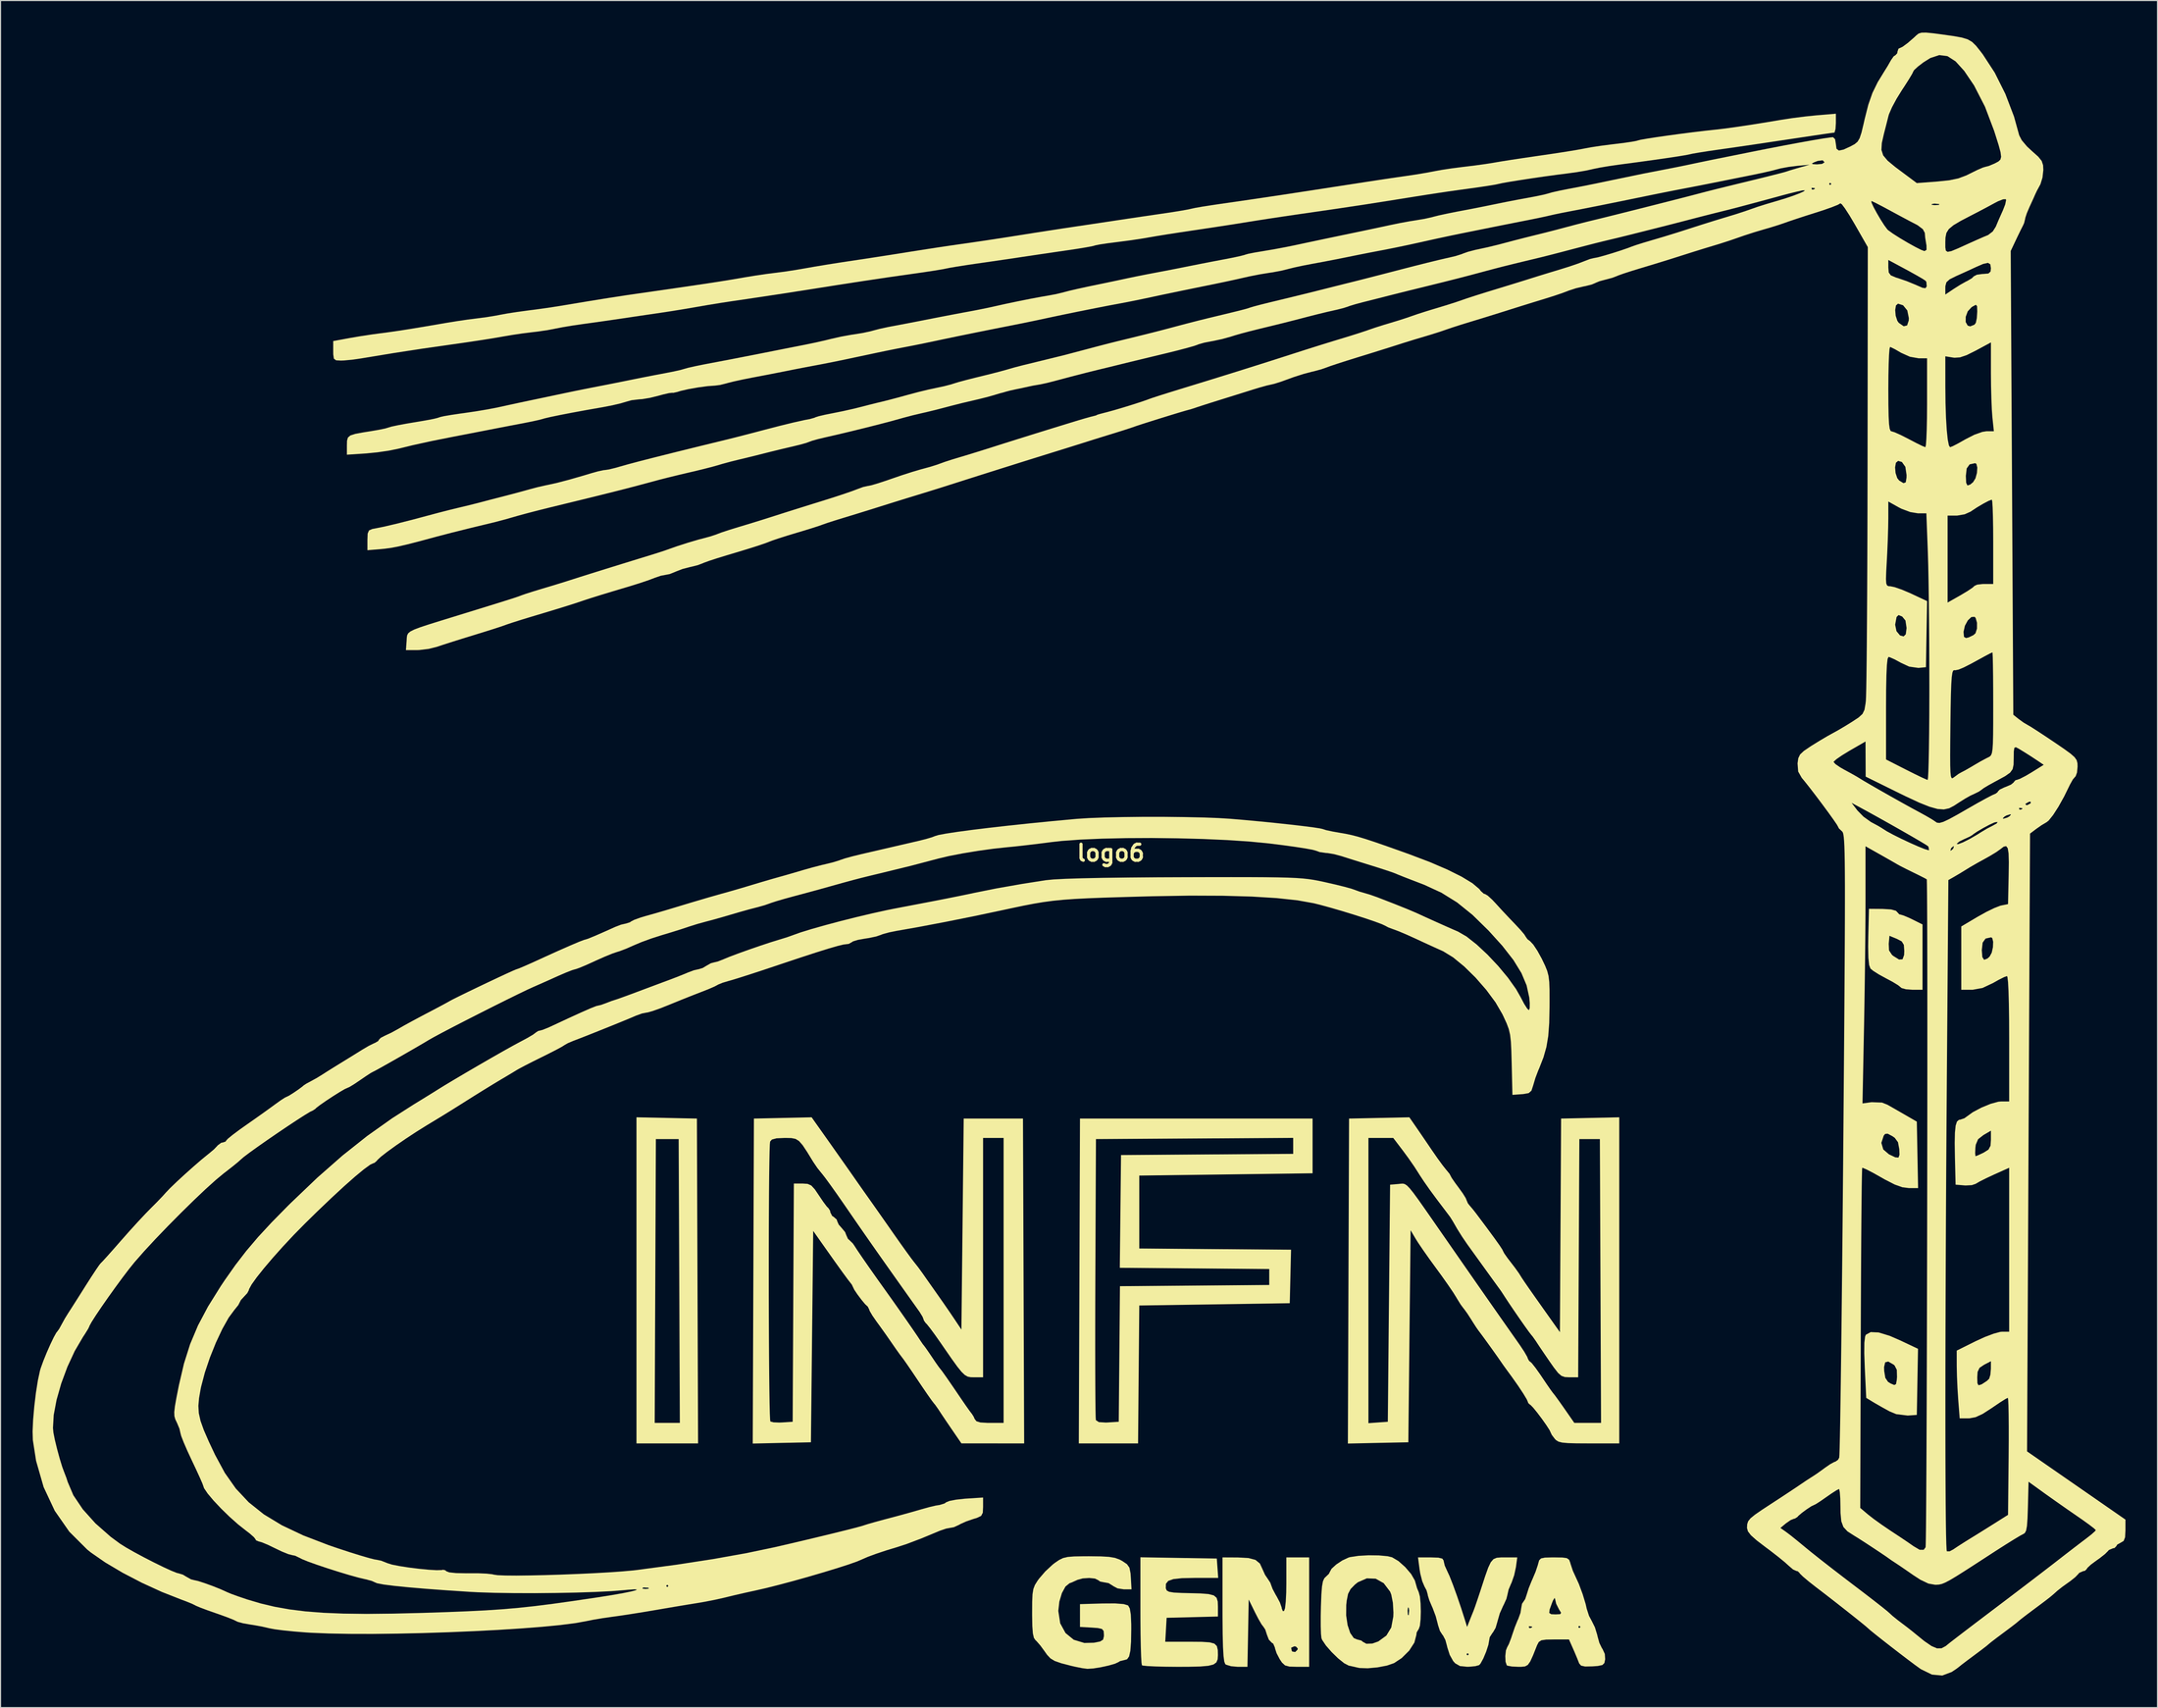
<source format=kicad_pcb>
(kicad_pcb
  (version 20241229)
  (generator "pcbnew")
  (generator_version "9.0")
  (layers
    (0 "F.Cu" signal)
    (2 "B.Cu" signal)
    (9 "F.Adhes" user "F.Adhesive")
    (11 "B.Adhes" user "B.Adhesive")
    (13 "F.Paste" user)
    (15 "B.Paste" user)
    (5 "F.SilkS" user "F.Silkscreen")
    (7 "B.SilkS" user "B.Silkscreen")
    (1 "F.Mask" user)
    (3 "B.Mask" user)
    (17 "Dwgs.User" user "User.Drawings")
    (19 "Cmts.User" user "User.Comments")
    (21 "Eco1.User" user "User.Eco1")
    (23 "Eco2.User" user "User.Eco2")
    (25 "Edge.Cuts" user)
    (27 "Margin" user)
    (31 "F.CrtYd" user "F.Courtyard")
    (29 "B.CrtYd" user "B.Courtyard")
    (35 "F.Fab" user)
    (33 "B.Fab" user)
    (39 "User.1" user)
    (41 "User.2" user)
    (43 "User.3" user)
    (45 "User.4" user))
  (footprint "logo6"
    (layer "F.Cu")
    (at 100.927 76.816)
    (property "Reference" "logo6" (at 0 0 0) (layer "F.SilkS") (effects (font (size 1.5 1.5) (thickness 0.3))))
    (attr board_only exclude_from_pos_files exclude_from_bom)
    (fp_poly (pts (xy -41.568 24.807) (xy -38.74 24.866) (xy -38.686 40.074) (xy -38.631 55.282) (xy -41.514 55.282) (xy -44.397 55.282) (xy -44.397 53.361) (xy -42.692 53.361) (xy -41.515 53.361) (xy -40.338 53.361) (xy -40.393 40.074) (xy -40.448 26.787) (xy -41.515 26.787) (xy -42.582 26.787) (xy -42.637 40.074) (xy -42.692 53.361) (xy -44.397 53.361) (xy -44.397 40.015) (xy -44.397 24.747)) (stroke (width 0) (type solid)) (fill yes) (layer "F.SilkS"))
    (fp_poly (pts (xy 71.879 44.893) (xy 72.914 45.209) (xy 73.87 45.624) (xy 75.564 46.424) (xy 75.509 49.519) (xy 75.453 52.614) (xy 74.599 52.674) (xy 73.523 52.542) (xy 72.892 52.278) (xy 72.185 51.889) (xy 71.506 51.498) (xy 71.377 51.421) (xy 70.717 51.02) (xy 70.582 48.204) (xy 70.58 48.137) (xy 72.388 48.137) (xy 72.399 48.5) (xy 72.505 49.143) (xy 72.755 49.516) (xy 72.998 49.669) (xy 73.339 49.813) (xy 73.503 49.734) (xy 73.575 49.348) (xy 73.599 49.067) (xy 73.58 48.393) (xy 73.371 47.986) (xy 73.278 47.905) (xy 72.78 47.617) (xy 72.491 47.689) (xy 72.388 48.137) (xy 70.58 48.137) (xy 70.534 46.829) (xy 70.543 45.86) (xy 70.61 45.28) (xy 70.682 45.106) (xy 71.14 44.859)) (stroke (width 0) (type solid)) (fill yes) (layer "F.SilkS"))
    (fp_poly (pts (xy 72.236 5.237) (xy 73.038 5.285) (xy 73.5 5.412) (xy 73.588 5.503) (xy 73.815 5.747) (xy 73.9 5.763) (xy 74.211 5.852) (xy 74.747 6.079) (xy 75.056 6.228) (xy 75.987 6.692) (xy 75.987 9.75) (xy 75.987 12.807) (xy 75.039 12.807) (xy 74.435 12.761) (xy 74.028 12.648) (xy 73.956 12.589) (xy 73.706 12.384) (xy 73.189 12.069) (xy 72.596 11.752) (xy 71.913 11.38) (xy 71.367 11.033) (xy 71.111 10.82) (xy 70.989 10.485) (xy 70.919 9.818) (xy 70.898 8.784) (xy 70.902 8.508) (xy 72.823 8.508) (xy 72.852 9.122) (xy 73.129 9.541) (xy 73.25 9.641) (xy 73.791 9.977) (xy 74.115 9.954) (xy 74.261 9.554) (xy 74.279 9.179) (xy 74.237 8.603) (xy 74.042 8.281) (xy 73.591 8.043) (xy 73.585 8.041) (xy 72.892 7.756) (xy 72.823 8.508) (xy 70.902 8.508) (xy 70.91 7.867) (xy 70.971 5.229)) (stroke (width 0) (type solid)) (fill yes) (layer "F.SilkS"))
    (fp_poly (pts (xy 6.35 66.003) (xy 9.925 66.061) (xy 9.991 66.968) (xy 10.056 67.876) (xy 7.829 67.876) (xy 6.661 67.9) (xy 5.863 67.986) (xy 5.382 68.154) (xy 5.163 68.425) (xy 5.151 68.82) (xy 5.162 68.879) (xy 5.247 69.061) (xy 5.472 69.178) (xy 5.917 69.248) (xy 6.662 69.285) (xy 7.26 69.299) (xy 8.392 69.328) (xy 9.165 69.39) (xy 9.647 69.516) (xy 9.907 69.738) (xy 10.013 70.084) (xy 10.032 70.56) (xy 10.032 71.49) (xy 7.631 71.551) (xy 5.229 71.611) (xy 5.165 72.732) (xy 5.1 73.852) (xy 7.437 73.852) (xy 8.524 73.86) (xy 9.256 73.908) (xy 9.702 74.03) (xy 9.933 74.259) (xy 10.019 74.631) (xy 10.032 75.108) (xy 10.005 75.501) (xy 9.885 75.787) (xy 9.613 75.983) (xy 9.131 76.105) (xy 8.382 76.17) (xy 7.307 76.196) (xy 6.29 76.2) (xy 5.156 76.191) (xy 4.177 76.166) (xy 3.431 76.129) (xy 2.994 76.083) (xy 2.917 76.058) (xy 2.877 75.813) (xy 2.841 75.202) (xy 2.811 74.287) (xy 2.789 73.13) (xy 2.777 71.791) (xy 2.775 70.93) (xy 2.775 65.944)) (stroke (width 0) (type solid)) (fill yes) (layer "F.SilkS"))
    (fp_poly (pts (xy 18.89 27.428) (xy 18.89 29.989) (xy 10.779 30.096) (xy 2.668 30.203) (xy 2.668 33.618) (xy 2.668 37.033) (xy 9.772 37.089) (xy 16.876 37.145) (xy 16.816 39.65) (xy 16.755 42.155) (xy 9.712 42.262) (xy 2.668 42.369) (xy 2.612 48.826) (xy 2.555 55.282) (xy -0.218 55.282) (xy -2.991 55.282) (xy -2.959 46.37) (xy -1.456 46.37) (xy -1.453 48.209) (xy -1.447 49.812) (xy -1.438 51.14) (xy -1.426 52.157) (xy -1.411 52.823) (xy -1.393 53.103) (xy -1.392 53.106) (xy -1.111 53.29) (xy -0.452 53.329) (xy -0.269 53.32) (xy 0.747 53.255) (xy 0.804 46.908) (xy 0.86 40.56) (xy 7.847 40.504) (xy 14.834 40.448) (xy 14.834 39.701) (xy 14.834 38.954) (xy 7.84 38.897) (xy 0.846 38.841) (xy 0.903 33.561) (xy 0.961 28.282) (xy 9.018 28.226) (xy 17.076 28.17) (xy 17.076 27.423) (xy 17.076 26.676) (xy 7.844 26.732) (xy -1.387 26.787) (xy -1.443 39.808) (xy -1.451 42.131) (xy -1.455 44.331) (xy -1.456 46.37) (xy -2.959 46.37) (xy -2.936 40.074) (xy -2.882 24.866) (xy 8.004 24.866) (xy 18.89 24.866)) (stroke (width 0) (type solid)) (fill yes) (layer "F.SilkS"))
    (fp_poly (pts (xy 18.57 71.077) (xy 18.57 76.2) (xy 17.413 76.2) (xy 16.727 76.179) (xy 16.315 76.069) (xy 16.027 75.804) (xy 15.812 75.481) (xy 15.523 74.928) (xy 15.374 74.473) (xy 15.368 74.41) (xy 16.888 74.41) (xy 16.941 74.705) (xy 16.999 74.771) (xy 17.265 74.814) (xy 17.48 74.598) (xy 17.503 74.48) (xy 17.329 74.302) (xy 17.182 74.279) (xy 16.888 74.41) (xy 15.368 74.41) (xy 15.368 74.407) (xy 15.208 74.034) (xy 15.061 73.934) (xy 14.797 73.657) (xy 14.618 73.196) (xy 14.463 72.715) (xy 14.298 72.463) (xy 14.114 72.224) (xy 13.818 71.715) (xy 13.514 71.127) (xy 12.913 69.903) (xy 12.854 73.052) (xy 12.795 76.2) (xy 11.883 76.2) (xy 11.256 76.143) (xy 10.796 76.002) (xy 10.715 75.944) (xy 10.624 75.706) (xy 10.554 75.179) (xy 10.505 74.329) (xy 10.474 73.127) (xy 10.46 71.542) (xy 10.459 70.821) (xy 10.459 65.955) (xy 11.9 65.961) (xy 12.892 66.015) (xy 13.551 66.192) (xy 13.959 66.53) (xy 14.188 67.023) (xy 14.439 67.583) (xy 14.662 67.91) (xy 14.935 68.325) (xy 15.016 68.554) (xy 15.149 68.909) (xy 15.43 69.439) (xy 15.533 69.612) (xy 15.834 70.179) (xy 15.998 70.649) (xy 16.008 70.742) (xy 16.105 70.984) (xy 16.222 70.971) (xy 16.311 70.711) (xy 16.38 70.104) (xy 16.424 69.231) (xy 16.435 68.397) (xy 16.435 65.955) (xy 17.503 65.955) (xy 18.57 65.955)) (stroke (width 0) (type solid)) (fill yes) (layer "F.SilkS"))
    (fp_poly (pts (xy 30.669 65.979) (xy 31.039 66.07) (xy 31.161 66.252) (xy 31.163 66.295) (xy 31.263 66.722) (xy 31.48 67.202) (xy 31.715 67.709) (xy 32.036 68.527) (xy 32.409 69.557) (xy 32.798 70.703) (xy 33.123 71.718) (xy 33.354 72.465) (xy 33.565 71.931) (xy 33.798 71.347) (xy 33.951 70.971) (xy 34.097 70.573) (xy 34.329 69.897) (xy 34.604 69.071) (xy 34.68 68.836) (xy 35.049 67.705) (xy 35.33 66.917) (xy 35.571 66.41) (xy 35.818 66.122) (xy 36.121 65.991) (xy 36.525 65.956) (xy 36.9 65.955) (xy 38.051 65.955) (xy 37.926 66.871) (xy 37.764 67.621) (xy 37.525 68.307) (xy 37.471 68.419) (xy 37.24 68.967) (xy 37.141 69.407) (xy 37.141 69.411) (xy 37.038 69.829) (xy 36.787 70.386) (xy 36.736 70.478) (xy 36.416 71.194) (xy 36.2 71.945) (xy 36.197 71.963) (xy 36.024 72.552) (xy 35.781 72.971) (xy 35.746 73.003) (xy 35.476 73.423) (xy 35.432 73.66) (xy 35.349 74.138) (xy 35.143 74.776) (xy 34.876 75.414) (xy 34.614 75.893) (xy 34.486 76.037) (xy 34.142 76.136) (xy 33.562 76.192) (xy 33.366 76.197) (xy 32.692 76.13) (xy 32.242 75.873) (xy 32.05 75.66) (xy 31.727 75.079) (xy 31.711 75.026) (xy 33.297 75.026) (xy 33.404 75.133) (xy 33.511 75.026) (xy 33.404 74.919) (xy 33.297 75.026) (xy 31.711 75.026) (xy 31.5 74.37) (xy 31.484 74.285) (xy 31.321 73.684) (xy 31.096 73.255) (xy 31.045 73.203) (xy 30.81 72.837) (xy 30.625 72.264) (xy 30.607 72.176) (xy 30.417 71.458) (xy 30.127 70.686) (xy 30.068 70.557) (xy 29.82 69.973) (xy 29.68 69.521) (xy 29.669 69.429) (xy 29.559 69.04) (xy 29.361 68.669) (xy 29.155 68.183) (xy 28.974 67.476) (xy 28.907 67.075) (xy 28.76 65.955) (xy 29.962 65.955)) (stroke (width 0) (type solid)) (fill yes) (layer "F.SilkS"))
    (fp_poly (pts (xy 25.087 65.767) (xy 25.898 65.841) (xy 26.327 65.942) (xy 26.926 66.296) (xy 27.563 66.863) (xy 28.116 67.51) (xy 28.461 68.108) (xy 28.505 68.253) (xy 28.671 68.834) (xy 28.828 69.207) (xy 28.937 69.614) (xy 29.002 70.263) (xy 29.023 71.024) (xy 29.001 71.764) (xy 28.937 72.356) (xy 28.829 72.667) (xy 28.815 72.678) (xy 28.637 72.979) (xy 28.602 73.232) (xy 28.42 73.93) (xy 27.935 74.684) (xy 27.234 75.38) (xy 26.519 75.853) (xy 25.858 76.082) (xy 24.973 76.252) (xy 24.057 76.336) (xy 23.302 76.312) (xy 23.159 76.285) (xy 22.576 76.152) (xy 22.274 76.087) (xy 21.845 75.863) (xy 21.274 75.403) (xy 20.669 74.813) (xy 20.138 74.203) (xy 19.787 73.681) (xy 19.719 73.508) (xy 19.677 73.11) (xy 19.655 72.393) (xy 19.654 71.461) (xy 19.655 71.394) (xy 22.035 71.394) (xy 22.169 72.295) (xy 22.415 73.03) (xy 22.746 73.506) (xy 23.057 73.639) (xy 23.458 73.741) (xy 23.586 73.852) (xy 23.926 74.04) (xy 24.48 74.021) (xy 25.041 73.825) (xy 25.799 73.273) (xy 26.255 72.522) (xy 26.447 71.498) (xy 26.46 71.12) (xy 26.451 70.971) (xy 27.79 70.971) (xy 27.813 71.335) (xy 27.879 71.367) (xy 27.888 71.348) (xy 27.93 70.924) (xy 27.896 70.708) (xy 27.828 70.621) (xy 27.791 70.904) (xy 27.79 70.971) (xy 26.451 70.971) (xy 26.407 70.199) (xy 26.256 69.434) (xy 26.148 69.159) (xy 25.548 68.368) (xy 24.798 67.949) (xy 23.969 67.916) (xy 23.13 68.283) (xy 22.858 68.498) (xy 22.449 68.92) (xy 22.215 69.366) (xy 22.088 69.997) (xy 22.043 70.418) (xy 22.035 71.394) (xy 19.655 71.394) (xy 19.672 70.543) (xy 19.713 69.437) (xy 19.772 68.68) (xy 19.859 68.197) (xy 19.987 67.912) (xy 20.117 67.781) (xy 20.418 67.494) (xy 20.491 67.343) (xy 20.665 67.021) (xy 21.101 66.622) (xy 21.673 66.24) (xy 22.251 65.971) (xy 22.405 65.927) (xy 23.185 65.809) (xy 24.131 65.756)) (stroke (width 0) (type solid)) (fill yes) (layer "F.SilkS"))
    (fp_poly (pts (xy -0.929 65.86) (xy -0.156 65.906) (xy 0.396 66) (xy 0.827 66.157) (xy 1.067 66.286) (xy 1.515 66.588) (xy 1.748 66.919) (xy 1.85 67.437) (xy 1.879 67.833) (xy 1.943 68.943) (xy 1.211 68.943) (xy 0.634 68.855) (xy 0.229 68.64) (xy 0.213 68.623) (xy -0.203 68.365) (xy -0.547 68.303) (xy -0.989 68.22) (xy -1.174 68.089) (xy -1.475 67.938) (xy -2.018 67.882) (xy -2.626 67.922) (xy -3.124 68.059) (xy -3.151 68.073) (xy -3.649 68.299) (xy -3.862 68.374) (xy -4.24 68.683) (xy -4.574 69.296) (xy -4.813 70.091) (xy -4.909 70.944) (xy -4.909 70.978) (xy -4.733 72.127) (xy -4.235 73.037) (xy -3.467 73.665) (xy -2.477 73.966) (xy -1.583 73.945) (xy -0.997 73.83) (xy -0.722 73.659) (xy -0.643 73.341) (xy -0.64 73.199) (xy -0.668 72.845) (xy -0.823 72.656) (xy -1.211 72.569) (xy -1.761 72.529) (xy -2.882 72.465) (xy -2.882 71.397) (xy -2.882 70.33) (xy -0.779 70.269) (xy 0.399 70.263) (xy 1.206 70.325) (xy 1.617 70.45) (xy 1.623 70.455) (xy 1.781 70.737) (xy 1.876 71.303) (xy 1.916 72.212) (xy 1.918 72.651) (xy 1.898 73.861) (xy 1.834 74.701) (xy 1.715 75.227) (xy 1.528 75.494) (xy 1.298 75.56) (xy 0.866 75.665) (xy 0.736 75.75) (xy 0.403 75.907) (xy -0.204 76.082) (xy -0.938 76.243) (xy -1.648 76.356) (xy -2.186 76.39) (xy -2.198 76.389) (xy -2.679 76.325) (xy -3.368 76.187) (xy -3.735 76.101) (xy -4.643 75.864) (xy -5.243 75.654) (xy -5.646 75.411) (xy -5.963 75.074) (xy -6.194 74.747) (xy -6.594 74.201) (xy -6.955 73.788) (xy -7.044 73.709) (xy -7.194 73.494) (xy -7.291 73.08) (xy -7.344 72.395) (xy -7.363 71.368) (xy -7.363 71.148) (xy -7.357 70.117) (xy -7.326 69.408) (xy -7.247 68.916) (xy -7.101 68.534) (xy -6.866 68.157) (xy -6.723 67.958) (xy -6.138 67.277) (xy -5.446 66.632) (xy -5.229 66.464) (xy -4.831 66.193) (xy -4.467 66.016) (xy -4.034 65.913) (xy -3.427 65.864) (xy -2.544 65.849) (xy -2.028 65.848)) (stroke (width 0) (type solid)) (fill yes) (layer "F.SilkS"))
    (fp_poly (pts (xy 42.262 65.965) (xy 42.689 66.024) (xy 42.904 66.174) (xy 43.013 66.454) (xy 43.034 66.542) (xy 43.253 67.204) (xy 43.462 67.662) (xy 43.816 68.435) (xy 44.173 69.396) (xy 44.455 70.326) (xy 44.552 70.757) (xy 44.769 71.43) (xy 45.036 71.931) (xy 45.32 72.503) (xy 45.538 73.211) (xy 45.559 73.318) (xy 45.736 73.959) (xy 45.978 74.459) (xy 46.032 74.527) (xy 46.246 74.996) (xy 46.28 75.487) (xy 46.208 75.843) (xy 46.019 76.032) (xy 45.6 76.121) (xy 45.088 76.158) (xy 44.403 76.171) (xy 44.027 76.089) (xy 43.847 75.885) (xy 43.829 75.838) (xy 43.661 75.41) (xy 43.401 74.793) (xy 43.293 74.546) (xy 42.892 73.639) (xy 41.505 73.639) (xy 40.751 73.651) (xy 40.31 73.715) (xy 40.069 73.872) (xy 39.912 74.164) (xy 39.887 74.226) (xy 39.53 75.123) (xy 39.269 75.696) (xy 39.041 76.019) (xy 38.782 76.162) (xy 38.427 76.199) (xy 38.139 76.2) (xy 37.539 76.17) (xy 37.136 76.094) (xy 37.068 76.058) (xy 36.956 75.728) (xy 36.932 75.192) (xy 36.989 74.664) (xy 37.102 74.375) (xy 37.268 74.061) (xy 37.481 73.501) (xy 37.576 73.212) (xy 37.819 72.5) (xy 37.848 72.429) (xy 39.132 72.429) (xy 39.161 72.556) (xy 39.274 72.571) (xy 39.45 72.493) (xy 39.435 72.465) (xy 43.756 72.465) (xy 43.863 72.571) (xy 43.97 72.465) (xy 43.863 72.358) (xy 43.756 72.465) (xy 39.435 72.465) (xy 39.416 72.429) (xy 39.163 72.404) (xy 39.132 72.429) (xy 37.848 72.429) (xy 38.071 71.873) (xy 38.145 71.718) (xy 38.349 71.156) (xy 41.045 71.156) (xy 41.231 71.274) (xy 41.634 71.291) (xy 42.073 71.269) (xy 42.152 71.137) (xy 41.954 70.816) (xy 41.692 70.294) (xy 41.606 69.909) (xy 41.549 69.743) (xy 41.402 69.979) (xy 41.302 70.224) (xy 41.079 70.839) (xy 41.045 71.156) (xy 38.349 71.156) (xy 38.354 71.141) (xy 38.419 70.716) (xy 38.497 70.293) (xy 38.61 70.131) (xy 38.794 69.855) (xy 38.937 69.425) (xy 39.118 68.85) (xy 39.398 68.156) (xy 39.477 67.982) (xy 39.764 67.301) (xy 39.976 66.67) (xy 40.008 66.542) (xy 40.101 66.225) (xy 40.277 66.049) (xy 40.641 65.973) (xy 41.301 65.955) (xy 41.515 65.955)) (stroke (width 0) (type solid)) (fill yes) (layer "F.SilkS"))
    (fp_poly (pts (xy 47.598 40.015) (xy 47.598 55.282) (xy 44.764 55.282) (xy 43.601 55.277) (xy 42.788 55.254) (xy 42.248 55.203) (xy 41.905 55.114) (xy 41.682 54.976) (xy 41.563 54.853) (xy 41.288 54.491) (xy 41.195 54.3) (xy 41.077 54.043) (xy 40.774 53.573) (xy 40.366 52.995) (xy 39.93 52.416) (xy 39.545 51.941) (xy 39.289 51.677) (xy 39.243 51.654) (xy 39.066 51.49) (xy 39.061 51.438) (xy 38.94 51.157) (xy 38.613 50.614) (xy 38.131 49.886) (xy 37.544 49.053) (xy 37.16 48.53) (xy 36.756 47.973) (xy 36.499 47.602) (xy 36.187 47.153) (xy 35.746 46.533) (xy 35.262 45.86) (xy 34.817 45.249) (xy 34.497 44.819) (xy 34.418 44.717) (xy 34.205 44.412) (xy 33.877 43.903) (xy 33.75 43.697) (xy 33.388 43.137) (xy 33.081 42.71) (xy 33.01 42.626) (xy 32.748 42.272) (xy 32.416 41.736) (xy 32.348 41.618) (xy 32.05 41.14) (xy 31.566 40.428) (xy 30.972 39.587) (xy 30.486 38.922) (xy 29.846 38.043) (xy 29.252 37.201) (xy 28.78 36.505) (xy 28.554 36.147) (xy 28.068 35.325) (xy 27.961 45.25) (xy 27.855 55.176) (xy 25.025 55.235) (xy 22.195 55.295) (xy 22.25 40.081) (xy 22.25 40.033) (xy 24.119 40.033) (xy 24.119 53.386) (xy 25.026 53.32) (xy 25.934 53.255) (xy 26.04 42.155) (xy 26.147 31.056) (xy 26.921 30.992) (xy 27.155 30.966) (xy 27.346 30.957) (xy 27.528 31.002) (xy 27.731 31.138) (xy 27.989 31.403) (xy 28.334 31.833) (xy 28.798 32.466) (xy 29.412 33.338) (xy 30.211 34.486) (xy 31.163 35.858) (xy 32.805 38.221) (xy 34.247 40.293) (xy 35.477 42.056) (xy 36.481 43.492) (xy 36.779 43.916) (xy 37.359 44.742) (xy 37.985 45.633) (xy 38.313 46.102) (xy 38.71 46.701) (xy 38.981 47.173) (xy 39.061 47.383) (xy 39.184 47.592) (xy 39.222 47.598) (xy 39.408 47.764) (xy 39.757 48.204) (xy 40.204 48.833) (xy 40.343 49.039) (xy 40.803 49.723) (xy 41.175 50.26) (xy 41.395 50.559) (xy 41.42 50.587) (xy 41.59 50.802) (xy 41.934 51.275) (xy 42.382 51.909) (xy 42.464 52.027) (xy 43.391 53.361) (xy 44.643 53.361) (xy 45.894 53.361) (xy 45.839 40.074) (xy 45.784 26.787) (xy 44.824 26.787) (xy 43.863 26.787) (xy 43.808 37.94) (xy 43.752 49.092) (xy 42.926 49.092) (xy 42.509 49.07) (xy 42.186 48.957) (xy 41.87 48.682) (xy 41.474 48.175) (xy 41.06 47.585) (xy 40.558 46.851) (xy 40.131 46.22) (xy 39.853 45.798) (xy 39.808 45.726) (xy 39.488 45.272) (xy 39.346 45.103) (xy 39.131 44.823) (xy 38.747 44.288) (xy 38.263 43.597) (xy 37.748 42.848) (xy 37.269 42.14) (xy 36.896 41.574) (xy 36.819 41.453) (xy 36.547 41.038) (xy 36.44 40.886) (xy 36.238 40.609) (xy 35.847 40.07) (xy 35.329 39.352) (xy 34.743 38.541) (xy 34.151 37.719) (xy 33.613 36.973) (xy 33.349 36.606) (xy 32.876 35.911) (xy 32.435 35.206) (xy 32.323 35.011) (xy 32.016 34.479) (xy 31.778 34.098) (xy 31.744 34.051) (xy 31.547 33.789) (xy 31.162 33.279) (xy 30.659 32.615) (xy 30.45 32.337) (xy 29.857 31.532) (xy 29.301 30.737) (xy 28.881 30.1) (xy 28.814 29.989) (xy 28.414 29.365) (xy 27.873 28.586) (xy 27.375 27.908) (xy 26.442 26.681) (xy 25.281 26.681) (xy 24.119 26.681) (xy 24.119 40.033) (xy 22.25 40.033) (xy 22.305 24.866) (xy 25.127 24.807) (xy 27.95 24.747) (xy 28.543 25.604) (xy 28.963 26.215) (xy 29.508 27.013) (xy 30.064 27.832) (xy 30.096 27.878) (xy 30.602 28.607) (xy 31.064 29.238) (xy 31.393 29.654) (xy 31.43 29.696) (xy 31.712 30.039) (xy 31.803 30.215) (xy 31.923 30.436) (xy 32.232 30.884) (xy 32.55 31.313) (xy 32.956 31.877) (xy 33.228 32.315) (xy 33.297 32.49) (xy 33.428 32.801) (xy 33.564 32.975) (xy 33.893 33.362) (xy 34.205 33.761) (xy 35.183 35.067) (xy 35.909 36.055) (xy 36.397 36.74) (xy 36.658 37.14) (xy 36.713 37.261) (xy 36.835 37.493) (xy 37.148 37.937) (xy 37.406 38.272) (xy 37.85 38.851) (xy 38.202 39.345) (xy 38.313 39.521) (xy 38.465 39.765) (xy 38.736 40.17) (xy 39.153 40.775) (xy 39.745 41.618) (xy 40.537 42.739) (xy 41.31 43.83) (xy 42.044 44.864) (xy 42.1 34.865) (xy 42.155 24.866) (xy 44.877 24.807) (xy 47.598 24.747)) (stroke (width 0) (type solid)) (fill yes) (layer "F.SilkS"))
    (fp_poly (pts (xy -26.223 27.261) (xy -25.546 28.221) (xy -24.92 29.108) (xy -24.406 29.84) (xy -24.062 30.331) (xy -24.003 30.416) (xy -23.641 30.935) (xy -23.15 31.634) (xy -22.728 32.23) (xy -22.268 32.881) (xy -21.649 33.762) (xy -20.954 34.752) (xy -20.33 35.645) (xy -19.703 36.536) (xy -19.134 37.331) (xy -18.684 37.948) (xy -18.413 38.302) (xy -18.403 38.313) (xy -18.025 38.793) (xy -17.611 39.362) (xy -17.598 39.381) (xy -17.246 39.885) (xy -16.755 40.583) (xy -16.248 41.302) (xy -15.67 42.126) (xy -15.077 42.987) (xy -14.661 43.602) (xy -13.981 44.621) (xy -13.874 34.744) (xy -13.767 24.866) (xy -10.992 24.866) (xy -8.218 24.866) (xy -8.163 40.074) (xy -8.108 55.282) (xy -11.044 55.281) (xy -13.981 55.28) (xy -14.941 53.879) (xy -15.425 53.168) (xy -15.834 52.56) (xy -16.09 52.168) (xy -16.115 52.128) (xy -16.428 51.682) (xy -16.566 51.517) (xy -16.779 51.237) (xy -17.166 50.688) (xy -17.665 49.958) (xy -18.059 49.373) (xy -18.599 48.569) (xy -19.067 47.885) (xy -19.403 47.407) (xy -19.529 47.24) (xy -19.759 46.936) (xy -20.137 46.405) (xy -20.491 45.894) (xy -21.042 45.101) (xy -21.633 44.274) (xy -21.932 43.865) (xy -22.318 43.307) (xy -22.57 42.876) (xy -22.625 42.72) (xy -22.759 42.455) (xy -22.785 42.44) (xy -23.003 42.236) (xy -23.348 41.82) (xy -23.716 41.329) (xy -24.007 40.898) (xy -24.119 40.667) (xy -24.241 40.41) (xy -24.343 40.279) (xy -24.625 39.918) (xy -25.131 39.229) (xy -25.844 38.235) (xy -26.746 36.961) (xy -27.001 36.6) (xy -27.855 35.387) (xy -27.961 45.281) (xy -28.068 55.176) (xy -30.791 55.235) (xy -33.514 55.295) (xy -33.459 40.081) (xy -33.456 39.329) (xy -32.014 39.329) (xy -32.013 41.383) (xy -32.007 43.409) (xy -31.999 45.363) (xy -31.988 47.199) (xy -31.974 48.872) (xy -31.957 50.338) (xy -31.938 51.552) (xy -31.915 52.469) (xy -31.889 53.043) (xy -31.865 53.229) (xy -31.576 53.308) (xy -31.026 53.329) (xy -30.744 53.318) (xy -29.776 53.255) (xy -29.72 42.102) (xy -29.665 30.95) (xy -28.849 30.95) (xy -28.376 30.982) (xy -28.033 31.135) (xy -27.701 31.495) (xy -27.313 32.07) (xy -26.91 32.668) (xy -26.584 33.102) (xy -26.424 33.262) (xy -26.269 33.507) (xy -26.254 33.642) (xy -26.081 33.982) (xy -25.934 34.074) (xy -25.65 34.324) (xy -25.613 34.461) (xy -25.468 34.791) (xy -25.187 35.112) (xy -24.866 35.497) (xy -24.76 35.775) (xy -24.6 36.13) (xy -24.493 36.222) (xy -24.156 36.547) (xy -24.013 36.748) (xy -23.718 37.204) (xy -23.222 37.935) (xy -22.571 38.871) (xy -21.816 39.942) (xy -21.15 40.875) (xy -20.492 41.797) (xy -19.799 42.78) (xy -19.127 43.74) (xy -18.535 44.595) (xy -18.079 45.264) (xy -17.823 45.654) (xy -17.59 45.997) (xy -17.502 46.104) (xy -17.332 46.329) (xy -17.011 46.792) (xy -16.755 47.171) (xy -16.38 47.727) (xy -16.1 48.122) (xy -16.009 48.239) (xy -15.794 48.511) (xy -15.361 49.12) (xy -14.705 50.073) (xy -14.053 51.033) (xy -13.598 51.697) (xy -13.232 52.214) (xy -13.022 52.49) (xy -13.005 52.508) (xy -12.834 52.779) (xy -12.744 52.988) (xy -12.577 53.205) (xy -12.21 53.32) (xy -11.544 53.36) (xy -11.319 53.361) (xy -10.032 53.361) (xy -10.032 40.021) (xy -10.032 26.681) (xy -10.992 26.681) (xy -11.953 26.681) (xy -11.953 37.887) (xy -11.953 49.092) (xy -12.781 49.092) (xy -13.115 49.084) (xy -13.393 49.029) (xy -13.662 48.877) (xy -13.969 48.583) (xy -14.361 48.099) (xy -14.883 47.376) (xy -15.583 46.367) (xy -15.911 45.891) (xy -16.447 45.128) (xy -16.903 44.509) (xy -17.222 44.111) (xy -17.331 44.005) (xy -17.501 43.762) (xy -17.503 43.73) (xy -17.617 43.429) (xy -17.893 42.977) (xy -17.914 42.947) (xy -19.163 41.189) (xy -20.207 39.717) (xy -21.09 38.469) (xy -21.855 37.384) (xy -22.545 36.399) (xy -23.204 35.453) (xy -23.875 34.484) (xy -24.601 33.43) (xy -24.986 32.871) (xy -25.634 31.939) (xy -26.228 31.104) (xy -26.71 30.445) (xy -27.024 30.04) (xy -27.069 29.989) (xy -27.465 29.495) (xy -27.854 28.922) (xy -28.426 27.988) (xy -28.844 27.358) (xy -29.181 26.972) (xy -29.507 26.77) (xy -29.894 26.693) (xy -30.412 26.681) (xy -30.529 26.681) (xy -31.292 26.714) (xy -31.72 26.83) (xy -31.887 27.018) (xy -31.915 27.298) (xy -31.939 27.954) (xy -31.959 28.943) (xy -31.977 30.219) (xy -31.991 31.736) (xy -32.001 33.451) (xy -32.009 35.318) (xy -32.013 37.292) (xy -32.014 39.329) (xy -33.456 39.329) (xy -33.404 24.866) (xy -30.703 24.807) (xy -28.002 24.747)) (stroke (width 0) (type solid)) (fill yes) (layer "F.SilkS"))
    (fp_poly (pts (xy 67.876 -68.333) (xy 67.841 -67.786) (xy 67.755 -67.473) (xy 67.716 -67.445) (xy 67.625 -67.437) (xy 67.432 -67.413) (xy 67.092 -67.365) (xy 66.561 -67.288) (xy 65.794 -67.174) (xy 64.747 -67.018) (xy 63.375 -66.812) (xy 61.634 -66.55) (xy 61.259 -66.494) (xy 60.121 -66.324) (xy 58.779 -66.128) (xy 57.452 -65.937) (xy 56.89 -65.857) (xy 55.909 -65.714) (xy 55.067 -65.582) (xy 54.464 -65.477) (xy 54.222 -65.424) (xy 53.858 -65.348) (xy 53.131 -65.228) (xy 52.101 -65.072) (xy 50.828 -64.889) (xy 49.372 -64.688) (xy 47.795 -64.478) (xy 47.598 -64.452) (xy 46.656 -64.317) (xy 45.784 -64.17) (xy 45.14 -64.039) (xy 45.037 -64.013) (xy 44.446 -63.885) (xy 43.61 -63.744) (xy 42.707 -63.62) (xy 42.689 -63.618) (xy 41.71 -63.493) (xy 40.599 -63.341) (xy 39.447 -63.174) (xy 38.348 -63.006) (xy 37.392 -62.853) (xy 36.672 -62.727) (xy 36.28 -62.642) (xy 36.274 -62.64) (xy 35.935 -62.57) (xy 35.275 -62.462) (xy 34.396 -62.33) (xy 33.605 -62.22) (xy 32.563 -62.077) (xy 31.624 -61.944) (xy 30.687 -61.805) (xy 29.649 -61.646) (xy 28.411 -61.451) (xy 26.87 -61.204) (xy 26.574 -61.156) (xy 23.911 -60.736) (xy 21.219 -60.331) (xy 19.424 -60.07) (xy 17.658 -59.815) (xy 16.216 -59.604) (xy 14.996 -59.421) (xy 13.9 -59.251) (xy 12.826 -59.08) (xy 12.487 -59.025) (xy 11.518 -58.87) (xy 10.282 -58.679) (xy 8.935 -58.475) (xy 7.633 -58.281) (xy 7.577 -58.272) (xy 6.39 -58.094) (xy 5.255 -57.919) (xy 4.291 -57.763) (xy 3.61 -57.646) (xy 3.522 -57.63) (xy 2.799 -57.508) (xy 1.833 -57.365) (xy 0.803 -57.229) (xy 0.549 -57.197) (xy -0.314 -57.086) (xy -1.01 -56.981) (xy -1.435 -56.898) (xy -1.51 -56.873) (xy -1.773 -56.806) (xy -2.365 -56.697) (xy -3.193 -56.562) (xy -3.98 -56.444) (xy -5.202 -56.266) (xy -6.527 -56.071) (xy -7.741 -55.89) (xy -8.218 -55.819) (xy -9.299 -55.657) (xy -10.595 -55.466) (xy -11.896 -55.278) (xy -12.487 -55.194) (xy -13.496 -55.045) (xy -14.395 -54.904) (xy -15.07 -54.789) (xy -15.368 -54.729) (xy -15.799 -54.645) (xy -16.537 -54.522) (xy -17.464 -54.381) (xy -18.143 -54.284) (xy -20.67 -53.924) (xy -23.099 -53.563) (xy -25.634 -53.172) (xy -27.108 -52.939) (xy -30.631 -52.387) (xy -34.018 -51.877) (xy -35.432 -51.67) (xy -36.492 -51.508) (xy -37.701 -51.311) (xy -38.74 -51.131) (xy -39.866 -50.938) (xy -41.124 -50.734) (xy -42.155 -50.576) (xy -43.223 -50.42) (xy -44.466 -50.237) (xy -45.639 -50.062) (xy -45.784 -50.041) (xy -46.928 -49.873) (xy -48.176 -49.695) (xy -49.282 -49.541) (xy -49.413 -49.524) (xy -50.364 -49.385) (xy -51.278 -49.234) (xy -51.971 -49.1) (xy -52.02 -49.089) (xy -52.769 -48.948) (xy -53.676 -48.815) (xy -54.155 -48.76) (xy -55.021 -48.653) (xy -56.067 -48.498) (xy -56.99 -48.34) (xy -57.8 -48.201) (xy -58.902 -48.026) (xy -60.167 -47.835) (xy -61.464 -47.648) (xy -61.792 -47.602) (xy -64.514 -47.212) (xy -67.151 -46.805) (xy -69.943 -46.345) (xy -70.206 -46.301) (xy -71.013 -46.186) (xy -71.771 -46.115) (xy -72.073 -46.104) (xy -72.518 -46.129) (xy -72.724 -46.283) (xy -72.782 -46.684) (xy -72.785 -47.018) (xy -72.785 -47.933) (xy -71.336 -48.2) (xy -70.297 -48.378) (xy -69.139 -48.554) (xy -68.401 -48.653) (xy -67.534 -48.767) (xy -66.593 -48.904) (xy -65.497 -49.076) (xy -64.16 -49.297) (xy -62.5 -49.581) (xy -62.219 -49.63) (xy -61.216 -49.793) (xy -60.195 -49.943) (xy -59.37 -50.048) (xy -59.338 -50.052) (xy -58.448 -50.168) (xy -57.546 -50.316) (xy -57.203 -50.383) (xy -56.509 -50.511) (xy -55.582 -50.656) (xy -54.612 -50.787) (xy -54.535 -50.797) (xy -53.503 -50.932) (xy -52.433 -51.084) (xy -51.554 -51.222) (xy -51.547 -51.223) (xy -49.059 -51.638) (xy -46.981 -51.974) (xy -45.304 -52.232) (xy -44.824 -52.302) (xy -42.661 -52.613) (xy -40.867 -52.872) (xy -39.385 -53.088) (xy -38.161 -53.269) (xy -37.14 -53.424) (xy -36.266 -53.561) (xy -35.484 -53.688) (xy -34.741 -53.814) (xy -34.258 -53.898) (xy -33.255 -54.062) (xy -32.234 -54.213) (xy -31.409 -54.318) (xy -31.376 -54.322) (xy -30.546 -54.428) (xy -29.527 -54.584) (xy -28.602 -54.743) (xy -27.68 -54.905) (xy -26.519 -55.097) (xy -25.3 -55.289) (xy -24.653 -55.387) (xy -23.428 -55.571) (xy -22.104 -55.773) (xy -20.889 -55.962) (xy -20.384 -56.041) (xy -18.661 -56.315) (xy -17.258 -56.535) (xy -16.075 -56.717) (xy -15.009 -56.876) (xy -13.96 -57.027) (xy -13.447 -57.099) (xy -12.417 -57.249) (xy -11.133 -57.441) (xy -9.763 -57.652) (xy -8.538 -57.845) (xy -7.225 -58.052) (xy -5.825 -58.27) (xy -4.511 -58.472) (xy -3.522 -58.62) (xy -2.316 -58.799) (xy -0.989 -58.998) (xy 0.224 -59.181) (xy 0.534 -59.228) (xy 1.615 -59.39) (xy 2.91 -59.583) (xy 4.211 -59.774) (xy 4.803 -59.86) (xy 5.791 -60.008) (xy 6.65 -60.148) (xy 7.274 -60.261) (xy 7.534 -60.32) (xy 7.902 -60.4) (xy 8.581 -60.519) (xy 9.459 -60.657) (xy 10.042 -60.743) (xy 13.029 -61.175) (xy 16.142 -61.639) (xy 19.21 -62.109) (xy 21.095 -62.4) (xy 22.616 -62.634) (xy 23.829 -62.821) (xy 24.792 -62.968) (xy 25.562 -63.084) (xy 26.196 -63.179) (xy 26.752 -63.26) (xy 27.287 -63.337) (xy 27.641 -63.387) (xy 28.604 -63.532) (xy 29.542 -63.689) (xy 30.263 -63.826) (xy 30.309 -63.835) (xy 30.989 -63.959) (xy 31.913 -64.099) (xy 32.903 -64.227) (xy 33.084 -64.248) (xy 34.087 -64.371) (xy 35.078 -64.508) (xy 35.867 -64.633) (xy 35.966 -64.651) (xy 36.564 -64.753) (xy 37.476 -64.897) (xy 38.593 -65.066) (xy 39.806 -65.244) (xy 40.234 -65.306) (xy 41.437 -65.482) (xy 42.564 -65.656) (xy 43.512 -65.81) (xy 44.178 -65.93) (xy 44.335 -65.962) (xy 44.964 -66.078) (xy 45.858 -66.214) (xy 46.855 -66.344) (xy 47.192 -66.384) (xy 48.07 -66.492) (xy 48.785 -66.597) (xy 49.231 -66.681) (xy 49.321 -66.711) (xy 49.595 -66.781) (xy 50.213 -66.889) (xy 51.094 -67.026) (xy 52.16 -67.179) (xy 53.328 -67.337) (xy 54.519 -67.49) (xy 55.654 -67.625) (xy 56.651 -67.733) (xy 56.67 -67.734) (xy 57.538 -67.837) (xy 58.712 -68) (xy 60.078 -68.206) (xy 61.524 -68.438) (xy 62.646 -68.628) (xy 63.765 -68.801) (xy 65.028 -68.961) (xy 66.115 -69.072) (xy 67.876 -69.218)) (stroke (width 0) (type solid)) (fill yes) (layer "F.SilkS"))
    (fp_poly (pts (xy 6.826 -3.364) (xy 8.572 -3.327) (xy 10.091 -3.27) (xy 11.206 -3.201) (xy 12.604 -3.082) (xy 14.045 -2.947) (xy 15.462 -2.805) (xy 16.788 -2.662) (xy 17.957 -2.527) (xy 18.902 -2.406) (xy 19.558 -2.307) (xy 19.857 -2.237) (xy 19.861 -2.235) (xy 20.164 -2.138) (xy 20.754 -2.011) (xy 21.396 -1.898) (xy 21.974 -1.798) (xy 22.53 -1.681) (xy 23.129 -1.526) (xy 23.837 -1.313) (xy 24.72 -1.022) (xy 25.845 -0.632) (xy 27.277 -0.123) (xy 27.972 0.127) (xy 29.868 0.847) (xy 31.504 1.55) (xy 32.843 2.217) (xy 33.852 2.83) (xy 34.495 3.371) (xy 34.642 3.564) (xy 34.921 3.815) (xy 35.031 3.842) (xy 35.284 3.99) (xy 35.703 4.371) (xy 36.035 4.723) (xy 36.626 5.371) (xy 37.336 6.127) (xy 37.833 6.645) (xy 38.343 7.191) (xy 38.707 7.622) (xy 38.847 7.847) (xy 38.847 7.847) (xy 39.007 8.074) (xy 39.26 8.266) (xy 39.552 8.578) (xy 39.939 9.161) (xy 40.342 9.893) (xy 40.38 9.971) (xy 40.66 10.557) (xy 40.854 11.038) (xy 40.978 11.51) (xy 41.045 12.074) (xy 41.073 12.827) (xy 41.076 13.868) (xy 41.073 14.408) (xy 41.042 15.927) (xy 40.952 17.14) (xy 40.78 18.168) (xy 40.507 19.131) (xy 40.11 20.148) (xy 40.007 20.384) (xy 39.749 21.065) (xy 39.539 21.771) (xy 39.38 22.254) (xy 39.121 22.483) (xy 38.612 22.573) (xy 38.477 22.583) (xy 37.599 22.648) (xy 37.529 19.702) (xy 37.497 18.519) (xy 37.454 17.658) (xy 37.379 17.013) (xy 37.254 16.48) (xy 37.057 15.953) (xy 36.77 15.327) (xy 36.653 15.084) (xy 36.014 13.986) (xy 35.15 12.818) (xy 34.145 11.667) (xy 33.082 10.623) (xy 32.045 9.773) (xy 31.117 9.205) (xy 31.056 9.178) (xy 30.304 8.839) (xy 29.371 8.412) (xy 28.495 8.006) (xy 27.697 7.645) (xy 26.985 7.343) (xy 26.5 7.16) (xy 26.467 7.15) (xy 25.979 6.969) (xy 25.72 6.829) (xy 25.389 6.671) (xy 24.732 6.425) (xy 23.836 6.12) (xy 22.788 5.784) (xy 21.674 5.442) (xy 20.579 5.123) (xy 19.591 4.853) (xy 18.997 4.706) (xy 17.47 4.432) (xy 15.534 4.224) (xy 13.2 4.081) (xy 10.478 4.004) (xy 7.383 3.994) (xy 3.924 4.051) (xy 3.381 4.065) (xy 1.204 4.126) (xy -0.607 4.182) (xy -2.113 4.24) (xy -3.377 4.305) (xy -4.46 4.383) (xy -5.422 4.48) (xy -6.325 4.601) (xy -7.23 4.753) (xy -8.2 4.94) (xy -9.294 5.17) (xy -10.032 5.329) (xy -12.775 5.91) (xy -15.469 6.451) (xy -17.99 6.93) (xy -20.038 7.292) (xy -20.755 7.436) (xy -21.337 7.595) (xy -21.549 7.679) (xy -21.964 7.819) (xy -22.619 7.958) (xy -23.02 8.02) (xy -23.668 8.136) (xy -24.122 8.273) (xy -24.243 8.353) (xy -24.531 8.513) (xy -24.719 8.535) (xy -25.039 8.577) (xy -25.6 8.715) (xy -26.433 8.956) (xy -27.568 9.311) (xy -29.034 9.789) (xy -30.863 10.399) (xy -31.483 10.607) (xy -32.687 11.009) (xy -33.812 11.377) (xy -34.77 11.683) (xy -35.47 11.897) (xy -35.744 11.974) (xy -36.335 12.15) (xy -36.752 12.32) (xy -36.811 12.356) (xy -37.117 12.515) (xy -37.691 12.763) (xy -38.313 13.007) (xy -39.144 13.33) (xy -40.168 13.738) (xy -41.184 14.152) (xy -41.339 14.216) (xy -42.166 14.544) (xy -42.872 14.794) (xy -43.345 14.929) (xy -43.441 14.941) (xy -43.877 15.026) (xy -44.443 15.23) (xy -44.471 15.242) (xy -44.97 15.456) (xy -45.759 15.781) (xy -46.731 16.177) (xy -47.779 16.598) (xy -48.794 17.003) (xy -49.671 17.348) (xy -50.302 17.589) (xy -50.316 17.594) (xy -50.827 17.81) (xy -51.145 17.991) (xy -51.158 18.003) (xy -51.404 18.156) (xy -51.945 18.448) (xy -52.691 18.829) (xy -53.243 19.103) (xy -54.113 19.535) (xy -54.875 19.924) (xy -55.422 20.216) (xy -55.603 20.32) (xy -56.023 20.577) (xy -56.648 20.951) (xy -57.097 21.216) (xy -57.779 21.626) (xy -58.662 22.168) (xy -59.59 22.745) (xy -59.881 22.928) (xy -60.808 23.513) (xy -61.494 23.944) (xy -62.056 24.294) (xy -62.615 24.638) (xy -63.289 25.048) (xy -64.034 25.499) (xy -65.012 26.11) (xy -65.998 26.759) (xy -66.925 27.397) (xy -67.722 27.974) (xy -68.321 28.441) (xy -68.652 28.75) (xy -68.694 28.815) (xy -68.932 29.023) (xy -68.983 29.029) (xy -69.313 29.178) (xy -69.907 29.609) (xy -70.735 30.293) (xy -71.765 31.204) (xy -72.966 32.314) (xy -74.308 33.596) (xy -75.422 34.689) (xy -76.462 35.747) (xy -77.477 36.831) (xy -78.424 37.89) (xy -79.26 38.873) (xy -79.941 39.726) (xy -80.423 40.4) (xy -80.664 40.841) (xy -80.682 40.933) (xy -80.826 41.209) (xy -81.109 41.515) (xy -81.427 41.859) (xy -81.536 42.071) (xy -81.668 42.329) (xy -81.989 42.728) (xy -82.018 42.76) (xy -82.57 43.507) (xy -83.167 44.57) (xy -83.767 45.849) (xy -84.326 47.241) (xy -84.8 48.645) (xy -85.147 49.961) (xy -85.195 50.188) (xy -85.344 51.042) (xy -85.408 51.767) (xy -85.367 52.45) (xy -85.204 53.176) (xy -84.899 54.031) (xy -84.433 55.101) (xy -83.845 56.35) (xy -82.933 58.04) (xy -81.9 59.509) (xy -80.696 60.792) (xy -79.275 61.927) (xy -77.586 62.95) (xy -75.584 63.897) (xy -73.218 64.806) (xy -72.36 65.1) (xy -71.237 65.468) (xy -70.235 65.78) (xy -69.432 66.015) (xy -68.909 66.147) (xy -68.768 66.168) (xy -68.303 66.261) (xy -67.731 66.486) (xy -67.711 66.496) (xy -67.285 66.629) (xy -66.578 66.769) (xy -65.699 66.905) (xy -64.756 67.022) (xy -63.857 67.109) (xy -63.109 67.153) (xy -62.621 67.14) (xy -62.509 67.11) (xy -62.278 67.166) (xy -62.214 67.244) (xy -61.931 67.356) (xy -61.284 67.424) (xy -60.338 67.443) (xy -60.118 67.44) (xy -59.204 67.442) (xy -58.419 67.476) (xy -57.886 67.536) (xy -57.763 67.568) (xy -57.397 67.621) (xy -56.67 67.65) (xy -55.647 67.657) (xy -54.395 67.644) (xy -52.979 67.614) (xy -51.463 67.567) (xy -49.914 67.507) (xy -48.396 67.436) (xy -46.976 67.355) (xy -45.718 67.267) (xy -44.689 67.174) (xy -44.353 67.135) (xy -40.63 66.637) (xy -37.211 66.11) (xy -34.139 65.561) (xy -31.483 65.004) (xy -30.072 64.678) (xy -28.632 64.339) (xy -27.231 64.003) (xy -25.934 63.688) (xy -24.809 63.41) (xy -23.922 63.184) (xy -23.341 63.027) (xy -23.159 62.97) (xy -22.763 62.843) (xy -22.078 62.646) (xy -21.23 62.415) (xy -20.918 62.333) (xy -19.867 62.053) (xy -18.769 61.75) (xy -17.837 61.483) (xy -17.733 61.453) (xy -16.978 61.243) (xy -16.353 61.096) (xy -16.015 61.045) (xy -15.558 60.904) (xy -15.422 60.801) (xy -15.101 60.669) (xy -14.479 60.548) (xy -13.683 60.461) (xy -13.565 60.452) (xy -11.953 60.349) (xy -11.953 61.222) (xy -11.979 61.772) (xy -12.134 62.07) (xy -12.532 62.258) (xy -12.86 62.357) (xy -13.528 62.586) (xy -14.079 62.834) (xy -14.188 62.899) (xy -14.68 63.125) (xy -14.981 63.18) (xy -15.426 63.262) (xy -16.006 63.461) (xy -16.055 63.482) (xy -17.721 64.175) (xy -19.111 64.702) (xy -20.064 65.012) (xy -21.011 65.299) (xy -21.941 65.609) (xy -22.726 65.897) (xy -23.238 66.118) (xy -23.266 66.132) (xy -23.748 66.338) (xy -24.567 66.627) (xy -25.646 66.974) (xy -26.908 67.359) (xy -28.276 67.759) (xy -29.672 68.151) (xy -31.021 68.512) (xy -32.244 68.821) (xy -33.191 69.038) (xy -34.192 69.258) (xy -35.211 69.492) (xy -36.036 69.692) (xy -36.072 69.702) (xy -36.932 69.898) (xy -37.961 70.102) (xy -38.74 70.236) (xy -39.591 70.373) (xy -40.697 70.557) (xy -41.894 70.76) (xy -42.689 70.897) (xy -43.852 71.092) (xy -45.038 71.281) (xy -46.083 71.437) (xy -46.638 71.513) (xy -47.569 71.646) (xy -48.486 71.801) (xy -49.092 71.924) (xy -50.116 72.109) (xy -51.509 72.287) (xy -53.215 72.453) (xy -55.176 72.606) (xy -57.334 72.744) (xy -59.634 72.863) (xy -62.017 72.963) (xy -64.426 73.041) (xy -66.804 73.093) (xy -69.094 73.119) (xy -71.238 73.115) (xy -73.18 73.08) (xy -74.862 73.011) (xy -75.346 72.981) (xy -76.446 72.892) (xy -77.459 72.789) (xy -78.27 72.684) (xy -78.761 72.591) (xy -79.442 72.435) (xy -80.269 72.285) (xy -80.576 72.239) (xy -81.235 72.122) (xy -81.722 71.99) (xy -81.856 71.926) (xy -82.147 71.785) (xy -82.733 71.553) (xy -83.505 71.274) (xy -83.777 71.18) (xy -84.586 70.896) (xy -85.245 70.648) (xy -85.643 70.479) (xy -85.698 70.448) (xy -86.01 70.294) (xy -86.575 70.065) (xy -86.979 69.916) (xy -88.83 69.187) (xy -90.706 68.327) (xy -92.505 67.39) (xy -94.125 66.429) (xy -95.465 65.499) (xy -95.817 65.217) (xy -97.492 63.545) (xy -98.853 61.591) (xy -99.892 59.374) (xy -100.6 56.912) (xy -100.903 54.962) (xy -100.927 54.157) (xy -100.912 53.831) (xy -99.018 53.831) (xy -98.978 54.262) (xy -98.843 54.942) (xy -98.632 55.809) (xy -98.387 56.708) (xy -98.15 57.483) (xy -97.977 57.95) (xy -97.76 58.513) (xy -97.641 58.886) (xy -97.11 60.135) (xy -96.225 61.451) (xy -95.042 62.769) (xy -93.613 64.027) (xy -92.742 64.67) (xy -92.179 65.024) (xy -91.403 65.465) (xy -90.503 65.948) (xy -89.566 66.429) (xy -88.681 66.863) (xy -87.937 67.204) (xy -87.422 67.41) (xy -87.255 67.449) (xy -86.857 67.57) (xy -86.54 67.762) (xy -86.088 68.013) (xy -85.809 68.082) (xy -85.446 68.162) (xy -84.827 68.361) (xy -84.087 68.628) (xy -83.361 68.916) (xy -82.786 69.175) (xy -82.74 69.198) (xy -82.346 69.363) (xy -81.683 69.605) (xy -80.887 69.874) (xy -80.819 69.896) (xy -79.556 70.27) (xy -78.258 70.578) (xy -76.88 70.824) (xy -75.378 71.011) (xy -73.705 71.141) (xy -71.819 71.218) (xy -69.673 71.243) (xy -67.223 71.22) (xy -64.424 71.152) (xy -62.219 71.079) (xy -60.254 71.001) (xy -58.535 70.915) (xy -56.969 70.811) (xy -55.461 70.681) (xy -53.918 70.515) (xy -52.244 70.304) (xy -50.345 70.038) (xy -48.128 69.709) (xy -47.942 69.681) (xy -46.689 69.482) (xy -45.675 69.303) (xy -44.929 69.152) (xy -44.478 69.037) (xy -44.352 68.965) (xy -44.578 68.945) (xy -45.185 68.985) (xy -45.571 69.022) (xy -46.764 69.116) (xy -48.29 69.192) (xy -50.057 69.249) (xy -51.972 69.287) (xy -53.941 69.304) (xy -55.872 69.299) (xy -57.671 69.272) (xy -59.246 69.22) (xy -59.978 69.181) (xy -62.189 69.035) (xy -64.132 68.891) (xy -64.264 68.879) (xy -43.836 68.879) (xy -43.543 68.909) (xy -43.24 68.876) (xy -43.276 68.801) (xy -43.713 68.773) (xy -43.81 68.801) (xy -43.836 68.879) (xy -64.264 68.879) (xy -65.779 68.75) (xy -67.038 68.623) (xy -41.622 68.623) (xy -41.515 68.729) (xy -41.408 68.623) (xy -41.515 68.516) (xy -41.622 68.623) (xy -67.038 68.623) (xy -67.101 68.616) (xy -68.072 68.492) (xy -68.662 68.38) (xy -68.829 68.315) (xy -69.176 68.158) (xy -69.731 68.009) (xy -69.797 67.996) (xy -70.429 67.848) (xy -71.294 67.606) (xy -72.295 67.304) (xy -73.334 66.973) (xy -74.312 66.644) (xy -75.134 66.35) (xy -75.699 66.12) (xy -75.874 66.029) (xy -76.348 65.799) (xy -76.635 65.741) (xy -76.993 65.648) (xy -77.59 65.406) (xy -78.228 65.101) (xy -78.913 64.771) (xy -79.471 64.54) (xy -79.761 64.461) (xy -80.019 64.353) (xy -80.042 64.283) (xy -80.201 64.068) (xy -80.609 63.708) (xy -80.949 63.449) (xy -81.7 62.856) (xy -82.501 62.142) (xy -83.286 61.377) (xy -83.988 60.631) (xy -84.541 59.973) (xy -84.878 59.472) (xy -84.951 59.257) (xy -85.038 59.018) (xy -85.275 58.477) (xy -85.624 57.716) (xy -86.018 56.883) (xy -86.443 55.969) (xy -86.787 55.174) (xy -87.014 54.589) (xy -87.086 54.317) (xy -87.18 53.903) (xy -87.408 53.358) (xy -87.426 53.323) (xy -87.57 53.018) (xy -87.651 52.722) (xy -87.664 52.351) (xy -87.605 51.819) (xy -87.469 51.044) (xy -87.251 49.941) (xy -87.23 49.839) (xy -86.758 47.813) (xy -86.179 45.984) (xy -85.444 44.239) (xy -84.504 42.466) (xy -83.309 40.55) (xy -82.932 39.987) (xy -81.936 38.573) (xy -80.926 37.263) (xy -79.826 35.967) (xy -78.559 34.597) (xy -77.05 33.062) (xy -76.762 32.777) (xy -74.276 30.402) (xy -71.919 28.331) (xy -69.609 26.497) (xy -67.262 24.832) (xy -65.242 23.541) (xy -64.435 23.046) (xy -63.713 22.601) (xy -63.194 22.278) (xy -63.069 22.198) (xy -62.39 21.777) (xy -61.45 21.213) (xy -60.339 20.556) (xy -59.145 19.859) (xy -57.956 19.173) (xy -56.862 18.549) (xy -55.95 18.039) (xy -55.311 17.694) (xy -55.282 17.68) (xy -54.596 17.312) (xy -54.078 17.005) (xy -53.83 16.819) (xy -53.824 16.809) (xy -53.578 16.654) (xy -53.518 16.649) (xy -53.193 16.563) (xy -52.654 16.349) (xy -52.415 16.24) (xy -50.809 15.49) (xy -49.559 14.92) (xy -48.674 14.532) (xy -48.159 14.331) (xy -48.034 14.301) (xy -47.712 14.226) (xy -47.239 14.055) (xy -46.74 13.862) (xy -46.424 13.76) (xy -46.14 13.667) (xy -45.56 13.459) (xy -44.787 13.175) (xy -44.397 13.029) (xy -43.404 12.656) (xy -42.398 12.28) (xy -41.563 11.969) (xy -41.408 11.912) (xy -40.625 11.614) (xy -39.895 11.322) (xy -39.562 11.182) (xy -39.015 10.978) (xy -38.605 10.886) (xy -38.589 10.886) (xy -38.191 10.764) (xy -37.874 10.572) (xy -37.436 10.323) (xy -37.172 10.252) (xy -36.791 10.162) (xy -36.254 9.953) (xy -36.211 9.933) (xy -35.677 9.713) (xy -34.855 9.404) (xy -33.864 9.049) (xy -32.822 8.689) (xy -31.849 8.366) (xy -31.063 8.122) (xy -30.95 8.089) (xy -30.317 7.894) (xy -29.799 7.71) (xy -29.776 7.701) (xy -29.057 7.443) (xy -28.01 7.121) (xy -26.724 6.757) (xy -25.287 6.374) (xy -23.788 5.997) (xy -22.317 5.648) (xy -20.963 5.35) (xy -20.277 5.212) (xy -19.321 5.029) (xy -18.148 4.805) (xy -16.96 4.578) (xy -16.542 4.498) (xy -15.402 4.275) (xy -14.198 4.033) (xy -13.134 3.813) (xy -12.807 3.742) (xy -10.707 3.32) (xy -8.317 2.899) (xy -6.083 2.548) (xy -5.369 2.478) (xy -4.233 2.418) (xy -2.68 2.368) (xy -0.715 2.327) (xy 1.656 2.297) (xy 4.428 2.276) (xy 6.724 2.268) (xy 9.19 2.262) (xy 11.27 2.26) (xy 13.006 2.262) (xy 14.44 2.269) (xy 15.611 2.284) (xy 16.563 2.308) (xy 17.336 2.341) (xy 17.971 2.387) (xy 18.509 2.445) (xy 18.993 2.518) (xy 19.464 2.606) (xy 19.962 2.712) (xy 20.064 2.735) (xy 21.032 2.956) (xy 21.877 3.165) (xy 22.492 3.334) (xy 22.732 3.415) (xy 23.289 3.618) (xy 23.692 3.734) (xy 24.264 3.904) (xy 24.929 4.137) (xy 24.973 4.154) (xy 26.556 4.769) (xy 27.75 5.247) (xy 28.565 5.593) (xy 28.708 5.658) (xy 29.525 6.032) (xy 30.457 6.453) (xy 31.37 6.862) (xy 32.129 7.197) (xy 32.505 7.359) (xy 33.303 7.821) (xy 34.247 8.566) (xy 35.26 9.511) (xy 36.264 10.576) (xy 37.181 11.679) (xy 37.935 12.738) (xy 38.363 13.492) (xy 38.696 14.125) (xy 38.979 14.568) (xy 39.138 14.719) (xy 39.214 14.533) (xy 39.22 14.043) (xy 39.174 13.531) (xy 38.925 12.396) (xy 38.443 11.247) (xy 37.695 10.028) (xy 36.648 8.686) (xy 35.364 7.267) (xy 33.855 5.79) (xy 32.418 4.631) (xy 30.952 3.72) (xy 29.355 2.984) (xy 29.108 2.888) (xy 28.202 2.541) (xy 27.425 2.239) (xy 26.876 2.019) (xy 26.681 1.935) (xy 26.344 1.807) (xy 25.708 1.593) (xy 24.884 1.327) (xy 24.439 1.188) (xy 23.467 0.886) (xy 22.535 0.594) (xy 21.797 0.36) (xy 21.604 0.297) (xy 20.909 0.111) (xy 20.29 0.007) (xy 20.149 0) (xy 19.564 -0.083) (xy 19.217 -0.209) (xy 18.889 -0.3) (xy 18.209 -0.425) (xy 17.253 -0.573) (xy 16.095 -0.733) (xy 14.808 -0.893) (xy 14.803 -0.894) (xy 13.003 -1.069) (xy 10.926 -1.208) (xy 8.651 -1.31) (xy 6.261 -1.375) (xy 3.835 -1.402) (xy 1.456 -1.392) (xy -0.795 -1.342) (xy -2.837 -1.254) (xy -4.589 -1.126) (xy -5.55 -1.019) (xy -6.746 -0.866) (xy -7.953 -0.722) (xy -9.02 -0.603) (xy -9.712 -0.536) (xy -10.994 -0.397) (xy -12.422 -0.199) (xy -13.85 0.036) (xy -15.136 0.284) (xy -16.115 0.515) (xy -18.743 1.207) (xy -21.643 1.917) (xy -21.665 1.922) (xy -22.559 2.136) (xy -23.338 2.33) (xy -24.119 2.533) (xy -25.021 2.779) (xy -26.162 3.097) (xy -26.787 3.273) (xy -27.512 3.473) (xy -28.466 3.732) (xy -29.468 4.001) (xy -29.669 4.054) (xy -30.544 4.294) (xy -31.3 4.515) (xy -31.812 4.681) (xy -31.91 4.719) (xy -32.395 4.888) (xy -33.051 5.073) (xy -33.191 5.108) (xy -33.842 5.277) (xy -34.706 5.519) (xy -35.539 5.763) (xy -36.427 6.023) (xy -37.284 6.264) (xy -37.887 6.423) (xy -38.688 6.643) (xy -39.512 6.903) (xy -39.594 6.932) (xy -40.231 7.143) (xy -41.097 7.414) (xy -42.008 7.689) (xy -42.049 7.701) (xy -42.991 8.002) (xy -43.923 8.342) (xy -44.645 8.646) (xy -44.647 8.647) (xy -45.346 8.956) (xy -45.98 9.197) (xy -46.203 9.264) (xy -46.66 9.42) (xy -47.364 9.707) (xy -48.178 10.068) (xy -48.344 10.145) (xy -49.103 10.489) (xy -49.721 10.748) (xy -50.09 10.878) (xy -50.135 10.886) (xy -50.419 10.969) (xy -50.977 11.187) (xy -51.695 11.497) (xy -51.799 11.543) (xy -52.636 11.92) (xy -53.429 12.272) (xy -54.002 12.523) (xy -54.607 12.799) (xy -55.497 13.227) (xy -56.597 13.769) (xy -57.832 14.385) (xy -59.126 15.038) (xy -60.404 15.689) (xy -61.592 16.301) (xy -62.613 16.836) (xy -63.392 17.255) (xy -63.82 17.499) (xy -64.35 17.815) (xy -65.076 18.238) (xy -65.918 18.724) (xy -66.795 19.227) (xy -67.629 19.7) (xy -68.338 20.099) (xy -68.844 20.377) (xy -69.067 20.49) (xy -69.07 20.491) (xy -69.278 20.604) (xy -69.729 20.898) (xy -70.224 21.238) (xy -70.808 21.633) (xy -71.252 21.904) (xy -71.434 21.985) (xy -71.686 22.096) (xy -72.178 22.383) (xy -72.802 22.775) (xy -73.448 23.201) (xy -74.009 23.591) (xy -74.376 23.872) (xy -74.457 23.958) (xy -74.699 24.119) (xy -74.705 24.119) (xy -74.951 24.236) (xy -75.476 24.553) (xy -76.21 25.025) (xy -77.085 25.604) (xy -78.032 26.243) (xy -78.982 26.896) (xy -79.866 27.516) (xy -80.616 28.055) (xy -81.162 28.467) (xy -81.429 28.698) (xy -81.692 28.934) (xy -82.199 29.347) (xy -82.852 29.858) (xy -83.03 29.994) (xy -83.772 30.609) (xy -84.733 31.476) (xy -85.844 32.529) (xy -87.041 33.704) (xy -88.258 34.933) (xy -89.428 36.151) (xy -90.484 37.292) (xy -91.361 38.29) (xy -91.394 38.329) (xy -91.897 38.955) (xy -92.505 39.753) (xy -93.168 40.655) (xy -93.838 41.591) (xy -94.465 42.491) (xy -95.001 43.286) (xy -95.397 43.906) (xy -95.605 44.282) (xy -95.624 44.347) (xy -95.732 44.564) (xy -96.009 45.012) (xy -96.215 45.326) (xy -96.982 46.635) (xy -97.668 48.116) (xy -98.245 49.672) (xy -98.682 51.208) (xy -98.949 52.626) (xy -99.018 53.831) (xy -100.912 53.831) (xy -100.877 53.065) (xy -100.768 51.819) (xy -100.616 50.551) (xy -100.433 49.392) (xy -100.235 48.473) (xy -100.166 48.239) (xy -99.922 47.562) (xy -99.604 46.779) (xy -99.262 46.003) (xy -98.946 45.344) (xy -98.707 44.916) (xy -98.632 44.824) (xy -98.445 44.57) (xy -98.232 44.183) (xy -97.908 43.594) (xy -97.596 43.088) (xy -97.329 42.676) (xy -96.902 42.006) (xy -96.378 41.179) (xy -95.967 40.526) (xy -95.446 39.71) (xy -95.001 39.034) (xy -94.686 38.577) (xy -94.559 38.42) (xy -94.368 38.227) (xy -93.957 37.776) (xy -93.384 37.132) (xy -92.708 36.362) (xy -92.642 36.286) (xy -91.854 35.396) (xy -91.059 34.521) (xy -90.354 33.769) (xy -89.887 33.292) (xy -89.287 32.69) (xy -88.746 32.124) (xy -88.454 31.798) (xy -88.06 31.384) (xy -87.433 30.781) (xy -86.668 30.076) (xy -85.858 29.353) (xy -85.1 28.698) (xy -84.486 28.197) (xy -84.418 28.144) (xy -83.949 27.75) (xy -83.632 27.419) (xy -83.607 27.382) (xy -83.268 27.132) (xy -83.126 27.108) (xy -82.849 27.015) (xy -82.817 26.942) (xy -82.652 26.759) (xy -82.207 26.395) (xy -81.556 25.908) (xy -80.982 25.501) (xy -80.092 24.877) (xy -79.221 24.259) (xy -78.5 23.738) (xy -78.22 23.532) (xy -77.683 23.147) (xy -77.29 22.895) (xy -77.165 22.839) (xy -76.935 22.728) (xy -76.509 22.462) (xy -76.035 22.139) (xy -75.659 21.856) (xy -75.56 21.767) (xy -75.307 21.599) (xy -74.919 21.391) (xy -74.33 21.068) (xy -73.822 20.755) (xy -73.339 20.446) (xy -72.655 20.018) (xy -72.037 19.637) (xy -71.258 19.158) (xy -70.498 18.687) (xy -70.039 18.401) (xy -69.463 18.063) (xy -68.984 17.825) (xy -68.889 17.789) (xy -68.574 17.608) (xy -68.516 17.499) (xy -68.34 17.309) (xy -67.929 17.096) (xy -67.341 16.822) (xy -66.686 16.463) (xy -66.617 16.422) (xy -66.102 16.126) (xy -65.338 15.708) (xy -64.456 15.237) (xy -64.056 15.027) (xy -63.227 14.593) (xy -62.519 14.216) (xy -62.034 13.951) (xy -61.899 13.873) (xy -61.584 13.704) (xy -60.986 13.405) (xy -60.188 13.015) (xy -59.268 12.572) (xy -58.308 12.114) (xy -57.386 11.679) (xy -56.583 11.305) (xy -55.979 11.031) (xy -55.654 10.894) (xy -55.623 10.886) (xy -55.388 10.803) (xy -54.863 10.581) (xy -54.145 10.263) (xy -53.846 10.127) (xy -53.03 9.754) (xy -52.32 9.431) (xy -51.841 9.214) (xy -51.761 9.178) (xy -50.566 8.652) (xy -49.747 8.305) (xy -49.293 8.133) (xy -49.199 8.111) (xy -48.91 8.019) (xy -48.249 7.746) (xy -47.226 7.297) (xy -46.392 6.922) (xy -45.848 6.712) (xy -45.439 6.617) (xy -45.421 6.617) (xy -45.006 6.487) (xy -44.92 6.42) (xy -44.613 6.259) (xy -44.037 6.05) (xy -43.543 5.901) (xy -42.635 5.646) (xy -41.682 5.368) (xy -41.302 5.254) (xy -39.273 4.642) (xy -37.64 4.16) (xy -36.407 3.809) (xy -36.179 3.747) (xy -35.402 3.528) (xy -34.442 3.248) (xy -33.618 3) (xy -32.681 2.719) (xy -31.731 2.441) (xy -31.056 2.25) (xy -30.196 2.007) (xy -29.233 1.727) (xy -28.815 1.602) (xy -27.946 1.356) (xy -27.06 1.127) (xy -26.681 1.039) (xy -25.995 0.869) (xy -25.427 0.695) (xy -25.293 0.643) (xy -24.875 0.503) (xy -24.188 0.314) (xy -23.38 0.116) (xy -23.372 0.114) (xy -22.373 -0.117) (xy -21.313 -0.362) (xy -20.597 -0.528) (xy -19.62 -0.755) (xy -18.547 -1.004) (xy -18.017 -1.126) (xy -17.292 -1.308) (xy -16.725 -1.477) (xy -16.473 -1.577) (xy -16.124 -1.683) (xy -15.394 -1.82) (xy -14.327 -1.982) (xy -12.968 -2.164) (xy -11.362 -2.36) (xy -9.552 -2.565) (xy -7.583 -2.774) (xy -5.5 -2.981) (xy -3.347 -3.181) (xy -3.202 -3.194) (xy -2.051 -3.269) (xy -0.568 -3.326) (xy 1.155 -3.364) (xy 3.024 -3.383) (xy 4.945 -3.383)) (stroke (width 0) (type solid)) (fill yes) (layer "F.SilkS"))
    (fp_poly (pts (xy 77.003 -76.749) (xy 77.75 -76.65) (xy 78.868 -76.493) (xy 79.658 -76.352) (xy 80.215 -76.182) (xy 80.632 -75.938) (xy 81.005 -75.572) (xy 81.428 -75.04) (xy 81.635 -74.767) (xy 82.748 -73.06) (xy 83.742 -71.073) (xy 84.552 -68.95) (xy 85.038 -67.194) (xy 85.276 -66.735) (xy 85.764 -66.157) (xy 86.233 -65.72) (xy 86.819 -65.197) (xy 87.14 -64.8) (xy 87.273 -64.4) (xy 87.296 -63.947) (xy 87.217 -63.24) (xy 87.028 -62.623) (xy 86.984 -62.539) (xy 86.708 -62.031) (xy 86.543 -61.686) (xy 86.374 -61.301) (xy 86.108 -60.719) (xy 86.001 -60.488) (xy 85.752 -59.904) (xy 85.607 -59.464) (xy 85.592 -59.365) (xy 85.497 -58.98) (xy 85.392 -58.748) (xy 85.186 -58.343) (xy 84.887 -57.728) (xy 84.718 -57.373) (xy 84.244 -56.368) (xy 84.365 -34.656) (xy 84.485 -12.945) (xy 84.985 -12.545) (xy 85.461 -12.201) (xy 85.812 -11.996) (xy 86.109 -11.823) (xy 86.677 -11.461) (xy 87.435 -10.964) (xy 88.302 -10.383) (xy 88.32 -10.371) (xy 89.23 -9.75) (xy 89.844 -9.304) (xy 90.22 -8.972) (xy 90.415 -8.693) (xy 90.49 -8.405) (xy 90.501 -8.089) (xy 90.448 -7.532) (xy 90.319 -7.18) (xy 90.284 -7.148) (xy 90.054 -6.876) (xy 89.783 -6.391) (xy 89.757 -6.335) (xy 89.243 -5.287) (xy 88.712 -4.334) (xy 88.214 -3.559) (xy 87.801 -3.042) (xy 87.609 -2.887) (xy 87.124 -2.598) (xy 86.614 -2.241) (xy 86.051 -1.814) (xy 85.911 27.108) (xy 85.772 56.029) (xy 87.869 57.484) (xy 88.892 58.193) (xy 90.11 59.037) (xy 91.369 59.91) (xy 92.475 60.677) (xy 94.983 62.417) (xy 94.983 63.424) (xy 94.948 64.071) (xy 94.813 64.414) (xy 94.556 64.567) (xy 94.211 64.759) (xy 94.129 64.902) (xy 93.957 65.08) (xy 93.82 65.101) (xy 93.433 65.262) (xy 93.34 65.368) (xy 93.072 65.637) (xy 92.581 66.025) (xy 92.262 66.251) (xy 91.745 66.634) (xy 91.417 66.942) (xy 91.355 67.051) (xy 91.182 67.216) (xy 91.045 67.235) (xy 90.664 67.398) (xy 90.565 67.513) (xy 90.288 67.803) (xy 89.808 68.185) (xy 89.647 68.298) (xy 89.079 68.705) (xy 88.611 69.075) (xy 88.537 69.141) (xy 88.245 69.404) (xy 87.938 69.662) (xy 87.526 69.983) (xy 86.921 70.438) (xy 86.339 70.871) (xy 85.706 71.346) (xy 85.216 71.724) (xy 84.963 71.933) (xy 84.951 71.944) (xy 84.738 72.122) (xy 84.275 72.479) (xy 83.656 72.943) (xy 83.564 73.011) (xy 82.93 73.484) (xy 82.44 73.86) (xy 82.187 74.067) (xy 82.176 74.079) (xy 81.964 74.257) (xy 81.5 74.614) (xy 80.881 75.078) (xy 80.789 75.146) (xy 80.156 75.617) (xy 79.666 75.99) (xy 79.413 76.193) (xy 79.402 76.204) (xy 79.162 76.387) (xy 78.731 76.675) (xy 78.715 76.685) (xy 77.83 77.017) (xy 76.873 76.93) (xy 75.839 76.424) (xy 75.773 76.379) (xy 75.309 76.045) (xy 74.645 75.548) (xy 73.859 74.949) (xy 73.03 74.309) (xy 72.237 73.69) (xy 71.558 73.151) (xy 71.071 72.755) (xy 70.864 72.571) (xy 70.636 72.372) (xy 70.139 71.967) (xy 69.443 71.411) (xy 68.618 70.759) (xy 67.733 70.066) (xy 66.857 69.386) (xy 66.059 68.775) (xy 66.003 68.732) (xy 65.323 68.198) (xy 64.796 67.753) (xy 64.499 67.463) (xy 64.461 67.398) (xy 64.291 67.244) (xy 64.194 67.232) (xy 63.868 67.086) (xy 63.471 66.747) (xy 63.103 66.413) (xy 62.49 65.912) (xy 61.734 65.325) (xy 61.284 64.989) (xy 60.45 64.351) (xy 59.922 63.88) (xy 59.643 63.517) (xy 59.556 63.204) (xy 59.556 63.198) (xy 62.684 63.198) (xy 63.198 63.558) (xy 63.613 63.87) (xy 64.226 64.361) (xy 64.915 64.929) (xy 64.994 64.995) (xy 65.591 65.482) (xy 66.444 66.159) (xy 67.469 66.959) (xy 68.581 67.815) (xy 69.476 68.498) (xy 70.497 69.275) (xy 71.407 69.976) (xy 72.148 70.556) (xy 72.662 70.968) (xy 72.892 71.169) (xy 73.182 71.436) (xy 73.676 71.835) (xy 73.955 72.046) (xy 74.556 72.502) (xy 75.08 72.914) (xy 75.235 73.042) (xy 76.151 73.787) (xy 76.833 74.256) (xy 77.35 74.473) (xy 77.77 74.463) (xy 78.165 74.25) (xy 78.318 74.124) (xy 78.58 73.914) (xy 79.13 73.488) (xy 79.915 72.887) (xy 80.882 72.15) (xy 81.978 71.319) (xy 82.603 70.846) (xy 83.874 69.884) (xy 85.162 68.905) (xy 86.383 67.973) (xy 87.455 67.152) (xy 88.292 66.506) (xy 88.473 66.365) (xy 89.353 65.681) (xy 90.212 65.02) (xy 90.933 64.469) (xy 91.301 64.191) (xy 91.809 63.793) (xy 92.137 63.497) (xy 92.206 63.401) (xy 92.041 63.239) (xy 91.597 62.898) (xy 90.952 62.433) (xy 90.49 62.113) (xy 89.522 61.444) (xy 88.478 60.712) (xy 87.547 60.052) (xy 87.344 59.906) (xy 85.912 58.872) (xy 85.851 61.249) (xy 85.815 62.31) (xy 85.763 63.018) (xy 85.682 63.449) (xy 85.559 63.677) (xy 85.424 63.763) (xy 85.122 63.924) (xy 84.537 64.275) (xy 83.742 64.771) (xy 82.81 65.366) (xy 82.376 65.648) (xy 81.007 66.537) (xy 79.947 67.221) (xy 79.146 67.726) (xy 78.554 68.079) (xy 78.122 68.307) (xy 77.801 68.438) (xy 77.541 68.498) (xy 77.294 68.515) (xy 77.162 68.516) (xy 76.536 68.406) (xy 75.787 68.048) (xy 75.111 67.609) (xy 74.427 67.134) (xy 73.845 66.736) (xy 73.486 66.497) (xy 73.471 66.488) (xy 73.056 66.214) (xy 72.903 66.104) (xy 72.555 65.858) (xy 71.966 65.461) (xy 71.253 64.989) (xy 70.537 64.52) (xy 69.935 64.134) (xy 69.567 63.908) (xy 68.957 63.515) (xy 68.58 63.109) (xy 68.383 62.573) (xy 68.31 61.79) (xy 68.304 61.322) (xy 70.157 61.322) (xy 70.884 61.939) (xy 71.42 62.357) (xy 72.169 62.896) (xy 72.983 63.449) (xy 73.105 63.529) (xy 73.876 64.037) (xy 74.572 64.505) (xy 75.065 64.848) (xy 75.133 64.897) (xy 75.717 65.242) (xy 76.094 65.245) (xy 76.274 65.004) (xy 76.286 64.762) (xy 76.299 64.124) (xy 76.312 63.118) (xy 76.324 61.774) (xy 76.336 60.119) (xy 76.347 58.184) (xy 76.358 55.996) (xy 76.368 53.586) (xy 76.378 51.081) (xy 78.127 51.081) (xy 78.128 53.93) (xy 78.132 56.513) (xy 78.141 58.807) (xy 78.153 60.794) (xy 78.169 62.452) (xy 78.189 63.76) (xy 78.213 64.698) (xy 78.241 65.246) (xy 78.265 65.387) (xy 78.523 65.387) (xy 78.852 65.214) (xy 79.28 64.927) (xy 79.908 64.525) (xy 80.362 64.242) (xy 81.135 63.765) (xy 82.042 63.199) (xy 82.71 62.779) (xy 83.991 61.971) (xy 84.048 56.492) (xy 84.058 55.013) (xy 84.058 53.686) (xy 84.048 52.566) (xy 84.029 51.71) (xy 84.001 51.175) (xy 83.971 51.013) (xy 83.744 51.128) (xy 83.264 51.43) (xy 82.625 51.862) (xy 82.463 51.974) (xy 81.612 52.523) (xy 80.955 52.826) (xy 80.379 52.932) (xy 80.277 52.934) (xy 79.465 52.934) (xy 79.328 51.174) (xy 79.259 50.106) (xy 79.215 49.105) (xy 81.109 49.105) (xy 81.126 49.642) (xy 81.221 49.837) (xy 81.461 49.774) (xy 81.589 49.708) (xy 82.021 49.424) (xy 82.227 49.221) (xy 82.337 48.855) (xy 82.387 48.3) (xy 82.387 48.287) (xy 82.39 47.587) (xy 81.75 47.918) (xy 81.324 48.205) (xy 81.143 48.584) (xy 81.109 49.105) (xy 79.215 49.105) (xy 79.21 48.978) (xy 79.19 48.028) (xy 79.19 48.003) (xy 79.188 46.593) (xy 80.965 45.708) (xy 81.833 45.312) (xy 82.638 45.008) (xy 83.25 44.841) (xy 83.42 44.824) (xy 84.097 44.824) (xy 84.097 37.148) (xy 84.097 29.473) (xy 82.665 30.116) (xy 81.926 30.461) (xy 81.325 30.764) (xy 80.984 30.965) (xy 80.972 30.975) (xy 80.602 31.1) (xy 80.02 31.131) (xy 79.897 31.123) (xy 79.082 31.056) (xy 79.02 28.495) (xy 79.014 28.108) (xy 80.914 28.108) (xy 80.943 28.376) (xy 80.957 28.388) (xy 81.187 28.302) (xy 81.637 28.092) (xy 81.717 28.052) (xy 82.161 27.771) (xy 82.352 27.41) (xy 82.39 26.859) (xy 82.39 26.001) (xy 81.696 26.405) (xy 81.191 26.798) (xy 80.973 27.31) (xy 80.936 27.598) (xy 80.914 28.108) (xy 79.014 28.108) (xy 79 27.151) (xy 79.02 26.181) (xy 79.087 25.532) (xy 79.207 25.152) (xy 79.389 24.989) (xy 79.497 24.973) (xy 79.905 24.838) (xy 80.088 24.706) (xy 80.693 24.27) (xy 81.5 23.842) (xy 82.349 23.491) (xy 83.082 23.289) (xy 83.329 23.266) (xy 84.097 23.266) (xy 84.097 17.396) (xy 84.09 15.621) (xy 84.069 14.123) (xy 84.036 12.936) (xy 83.991 12.09) (xy 83.935 11.618) (xy 83.893 11.526) (xy 83.612 11.627) (xy 83.092 11.89) (xy 82.603 12.166) (xy 81.602 12.639) (xy 80.673 12.805) (xy 80.566 12.807) (xy 79.615 12.807) (xy 79.615 9.843) (xy 79.615 9.094) (xy 81.536 9.094) (xy 81.586 9.747) (xy 81.754 10.002) (xy 82.063 9.882) (xy 82.268 9.697) (xy 82.464 9.336) (xy 82.578 8.824) (xy 82.599 8.316) (xy 82.515 7.966) (xy 82.407 7.897) (xy 81.889 8.011) (xy 81.615 8.395) (xy 81.536 9.094) (xy 79.615 9.094) (xy 79.615 6.879) (xy 81.154 5.965) (xy 81.957 5.518) (xy 82.702 5.155) (xy 83.255 4.94) (xy 83.342 4.918) (xy 83.991 4.786) (xy 84.05 2.073) (xy 84.066 0.867) (xy 84.042 0.043) (xy 83.963 -0.445) (xy 83.814 -0.641) (xy 83.581 -0.589) (xy 83.261 -0.344) (xy 82.887 -0.079) (xy 82.291 0.282) (xy 81.856 0.525) (xy 81.124 0.929) (xy 80.437 1.326) (xy 80.149 1.503) (xy 79.526 1.886) (xy 78.957 2.222) (xy 78.405 2.536) (xy 78.263 21.154) (xy 78.232 25.395) (xy 78.205 29.535) (xy 78.183 33.552) (xy 78.164 37.426) (xy 78.149 41.137) (xy 78.137 44.663) (xy 78.13 47.985) (xy 78.127 51.081) (xy 76.378 51.081) (xy 76.378 50.981) (xy 76.388 48.21) (xy 76.397 45.303) (xy 76.405 42.288) (xy 76.412 39.194) (xy 76.419 36.05) (xy 76.424 32.885) (xy 76.429 29.728) (xy 76.433 26.608) (xy 76.436 23.553) (xy 76.438 20.592) (xy 76.438 17.754) (xy 76.438 15.069) (xy 76.437 12.565) (xy 76.434 10.271) (xy 76.43 8.215) (xy 76.424 6.427) (xy 76.417 4.936) (xy 76.409 3.769) (xy 76.399 2.958) (xy 76.388 2.529) (xy 76.382 2.467) (xy 76.165 2.346) (xy 75.676 2.098) (xy 75.133 1.832) (xy 74.45 1.495) (xy 73.892 1.21) (xy 73.639 1.07) (xy 73.299 0.873) (xy 72.712 0.538) (xy 72.004 0.136) (xy 71.984 0.125) (xy 71.359 -0.227) (xy 78.6 -0.227) (xy 78.629 -0.213) (xy 78.824 -0.364) (xy 78.868 -0.427) (xy 78.922 -0.626) (xy 78.893 -0.64) (xy 78.698 -0.49) (xy 78.655 -0.427) (xy 78.6 -0.227) (xy 71.359 -0.227) (xy 70.65 -0.627) (xy 70.65 4.347) (xy 70.646 5.88) (xy 70.632 7.729) (xy 70.611 9.787) (xy 70.583 11.944) (xy 70.551 14.091) (xy 70.515 16.118) (xy 70.509 16.385) (xy 70.369 23.448) (xy 71.222 23.333) (xy 72.196 23.37) (xy 72.697 23.569) (xy 73.242 23.879) (xy 73.955 24.289) (xy 74.386 24.537) (xy 75.453 25.154) (xy 75.512 28.265) (xy 75.571 31.376) (xy 74.707 31.376) (xy 74.1 31.299) (xy 73.382 31.043) (xy 72.457 30.569) (xy 72.135 30.385) (xy 71.383 29.961) (xy 70.78 29.648) (xy 70.412 29.488) (xy 70.341 29.48) (xy 70.327 29.702) (xy 70.312 30.318) (xy 70.296 31.294) (xy 70.281 32.596) (xy 70.266 34.192) (xy 70.251 36.048) (xy 70.238 38.131) (xy 70.226 40.407) (xy 70.215 42.843) (xy 70.206 45.405) (xy 70.206 45.445) (xy 70.157 61.322) (xy 68.304 61.322) (xy 68.303 61.226) (xy 68.287 60.441) (xy 68.245 59.854) (xy 68.185 59.565) (xy 68.168 59.551) (xy 67.936 59.667) (xy 67.471 59.966) (xy 66.993 60.298) (xy 66.423 60.695) (xy 66 60.966) (xy 65.839 61.045) (xy 65.585 61.164) (xy 65.154 61.446) (xy 64.695 61.785) (xy 64.36 62.071) (xy 64.283 62.166) (xy 64.036 62.324) (xy 63.962 62.333) (xy 63.634 62.465) (xy 63.198 62.769) (xy 62.684 63.198) (xy 59.556 63.198) (xy 59.556 63.18) (xy 59.574 62.847) (xy 59.664 62.572) (xy 59.885 62.295) (xy 60.297 61.958) (xy 60.958 61.501) (xy 61.792 60.955) (xy 62.687 60.371) (xy 63.541 59.808) (xy 64.231 59.348) (xy 64.525 59.149) (xy 65.101 58.76) (xy 65.581 58.449) (xy 65.698 58.377) (xy 66.089 58.119) (xy 66.637 57.727) (xy 66.838 57.577) (xy 67.351 57.223) (xy 67.738 57.014) (xy 67.83 56.99) (xy 68.076 56.818) (xy 68.187 56.616) (xy 68.206 56.362) (xy 68.228 55.705) (xy 68.252 54.671) (xy 68.278 53.285) (xy 68.306 51.572) (xy 68.336 49.557) (xy 68.366 47.264) (xy 68.398 44.72) (xy 68.429 41.947) (xy 68.461 38.973) (xy 68.493 35.821) (xy 68.524 32.516) (xy 68.555 29.084) (xy 68.57 27.241) (xy 68.571 27.144) (xy 72.133 27.144) (xy 72.314 27.76) (xy 72.843 28.213) (xy 73.432 28.495) (xy 73.735 28.521) (xy 73.831 28.252) (xy 73.811 27.733) (xy 73.689 27.08) (xy 73.385 26.668) (xy 73.151 26.506) (xy 72.723 26.283) (xy 72.489 26.303) (xy 72.354 26.467) (xy 72.133 27.144) (xy 68.571 27.144) (xy 68.604 23.13) (xy 68.634 19.425) (xy 68.66 16.104) (xy 68.681 13.147) (xy 68.698 10.531) (xy 68.711 8.237) (xy 68.72 6.242) (xy 68.723 4.526) (xy 68.723 3.067) (xy 68.717 1.844) (xy 68.707 0.836) (xy 68.692 0.022) (xy 68.672 -0.619) (xy 68.646 -1.109) (xy 68.616 -1.469) (xy 68.58 -1.72) (xy 68.54 -1.883) (xy 68.493 -1.979) (xy 68.45 -2.025) (xy 68.156 -2.304) (xy 68.089 -2.442) (xy 67.968 -2.658) (xy 67.641 -3.135) (xy 67.168 -3.794) (xy 66.603 -4.56) (xy 66.502 -4.695) (xy 69.349 -4.695) (xy 69.892 -3.982) (xy 70.463 -3.399) (xy 71.145 -2.909) (xy 71.231 -2.862) (xy 71.784 -2.565) (xy 72.183 -2.329) (xy 72.245 -2.285) (xy 72.641 -2.034) (xy 73.263 -1.698) (xy 74.019 -1.322) (xy 74.817 -0.947) (xy 75.563 -0.617) (xy 76.165 -0.374) (xy 76.531 -0.262) (xy 76.598 -0.27) (xy 76.543 -0.579) (xy 76.491 -0.642) (xy 76.25 -0.803) (xy 76.175 -0.847) (xy 79.188 -0.847) (xy 79.354 -0.833) (xy 79.79 -1.003) (xy 80.406 -1.314) (xy 81.112 -1.723) (xy 81.429 -1.925) (xy 82.015 -2.277) (xy 82.539 -2.548) (xy 82.55 -2.553) (xy 82.926 -2.763) (xy 83.017 -2.897) (xy 82.794 -2.88) (xy 82.657 -2.834) (xy 82.222 -2.633) (xy 81.657 -2.329) (xy 81.114 -2.01) (xy 80.745 -1.762) (xy 80.682 -1.705) (xy 80.429 -1.545) (xy 79.95 -1.324) (xy 79.882 -1.296) (xy 79.42 -1.066) (xy 79.193 -0.869) (xy 79.188 -0.847) (xy 76.175 -0.847) (xy 75.704 -1.13) (xy 74.923 -1.585) (xy 73.976 -2.128) (xy 72.931 -2.72) (xy 71.858 -3.321) (xy 70.826 -3.892) (xy 70.266 -4.197) (xy 69.349 -4.695) (xy 66.502 -4.695) (xy 66.006 -5.354) (xy 65.432 -6.101) (xy 64.939 -6.723) (xy 64.679 -7.035) (xy 64.346 -7.624) (xy 64.289 -8.381) (xy 64.29 -8.406) (xy 64.307 -8.523) (xy 67.662 -8.523) (xy 67.835 -8.324) (xy 68.28 -8.018) (xy 68.676 -7.792) (xy 69.313 -7.446) (xy 69.828 -7.154) (xy 70.01 -7.044) (xy 70.433 -6.784) (xy 71.137 -6.372) (xy 72.029 -5.859) (xy 73.015 -5.299) (xy 74.004 -4.744) (xy 74.901 -4.247) (xy 75.56 -3.89) (xy 76.266 -3.503) (xy 76.83 -3.176) (xy 77.138 -2.973) (xy 77.15 -2.963) (xy 77.336 -2.838) (xy 77.576 -2.813) (xy 77.932 -2.915) (xy 78.469 -3.166) (xy 78.615 -3.246) (xy 83.5 -3.246) (xy 83.564 -3.208) (xy 83.915 -3.314) (xy 84.097 -3.415) (xy 84.268 -3.584) (xy 84.204 -3.622) (xy 83.853 -3.516) (xy 83.671 -3.415) (xy 83.5 -3.246) (xy 78.615 -3.246) (xy 79.248 -3.592) (xy 80.239 -4.162) (xy 80.302 -4.198) (xy 85.022 -4.198) (xy 85.052 -4.071) (xy 85.165 -4.055) (xy 85.34 -4.134) (xy 85.307 -4.198) (xy 85.054 -4.223) (xy 85.022 -4.198) (xy 80.302 -4.198) (xy 81.014 -4.605) (xy 85.622 -4.605) (xy 85.673 -4.494) (xy 85.792 -4.482) (xy 86.082 -4.637) (xy 86.124 -4.693) (xy 86.089 -4.815) (xy 85.923 -4.777) (xy 85.622 -4.605) (xy 81.014 -4.605) (xy 81.15 -4.683) (xy 81.933 -5.114) (xy 82.513 -5.416) (xy 82.812 -5.547) (xy 82.828 -5.55) (xy 83.026 -5.707) (xy 83.03 -5.746) (xy 83.212 -5.935) (xy 83.661 -6.149) (xy 83.777 -6.19) (xy 84.264 -6.399) (xy 84.515 -6.6) (xy 84.524 -6.633) (xy 84.694 -6.82) (xy 84.791 -6.835) (xy 85.103 -6.944) (xy 85.645 -7.223) (xy 86.194 -7.547) (xy 87.33 -8.255) (xy 86.728 -8.661) (xy 86.121 -9.062) (xy 85.521 -9.441) (xy 84.977 -9.773) (xy 84.717 -9.906) (xy 84.583 -9.846) (xy 84.532 -9.512) (xy 84.524 -8.892) (xy 84.511 -8.274) (xy 84.421 -7.848) (xy 84.184 -7.52) (xy 83.725 -7.196) (xy 82.972 -6.784) (xy 82.817 -6.702) (xy 82.183 -6.354) (xy 81.714 -6.073) (xy 81.532 -5.936) (xy 81.269 -5.75) (xy 80.891 -5.563) (xy 80.465 -5.365) (xy 80.001 -5.105) (xy 79.376 -4.712) (xy 78.943 -4.429) (xy 78.479 -4.185) (xy 77.983 -4.077) (xy 77.391 -4.121) (xy 76.642 -4.33) (xy 75.673 -4.717) (xy 74.423 -5.299) (xy 73.806 -5.6) (xy 70.665 -7.15) (xy 70.658 -8.794) (xy 70.65 -10.437) (xy 69.156 -9.576) (xy 68.462 -9.153) (xy 67.939 -8.793) (xy 67.677 -8.558) (xy 67.662 -8.523) (xy 64.307 -8.523) (xy 64.355 -8.873) (xy 64.522 -9.221) (xy 64.876 -9.554) (xy 65.502 -9.979) (xy 65.634 -10.063) (xy 66.385 -10.527) (xy 67.087 -10.942) (xy 67.555 -11.201) (xy 68.084 -11.493) (xy 68.795 -11.914) (xy 69.37 -12.27) (xy 70.004 -12.688) (xy 70.367 -13.02) (xy 70.552 -13.405) (xy 70.651 -13.983) (xy 70.681 -14.244) (xy 70.7 -14.631) (xy 70.72 -15.414) (xy 70.739 -16.56) (xy 70.757 -18.04) (xy 70.773 -19.82) (xy 70.785 -21.373) (xy 73.424 -21.373) (xy 73.549 -20.77) (xy 73.88 -20.371) (xy 74.215 -20.277) (xy 74.418 -20.476) (xy 74.492 -21.047) (xy 74.492 -21.08) (xy 74.389 -21.767) (xy 74.085 -22.137) (xy 73.745 -22.279) (xy 73.568 -22.107) (xy 73.551 -22.064) (xy 73.424 -21.373) (xy 70.785 -21.373) (xy 70.789 -21.871) (xy 70.803 -24.159) (xy 70.81 -25.651) (xy 72.566 -25.651) (xy 72.591 -25.245) (xy 72.671 -25.046) (xy 72.817 -24.98) (xy 72.979 -24.973) (xy 73.397 -24.885) (xy 74.061 -24.653) (xy 74.837 -24.324) (xy 74.933 -24.279) (xy 76.414 -23.586) (xy 76.36 -20.491) (xy 76.307 -17.396) (xy 75.603 -17.328) (xy 74.738 -17.448) (xy 73.964 -17.808) (xy 73.382 -18.125) (xy 72.937 -18.322) (xy 72.8 -18.356) (xy 72.716 -18.168) (xy 72.651 -17.595) (xy 72.606 -16.628) (xy 72.58 -15.255) (xy 72.571 -13.556) (xy 72.571 -8.756) (xy 74.439 -7.804) (xy 75.251 -7.397) (xy 75.919 -7.074) (xy 76.354 -6.879) (xy 76.467 -6.841) (xy 76.501 -7.045) (xy 76.533 -7.631) (xy 76.561 -8.555) (xy 76.573 -9.109) (xy 78.574 -9.109) (xy 78.579 -8.203) (xy 78.6 -7.585) (xy 78.639 -7.209) (xy 78.699 -7.027) (xy 78.784 -6.994) (xy 78.897 -7.064) (xy 78.918 -7.081) (xy 79.361 -7.407) (xy 79.615 -7.549) (xy 79.986 -7.743) (xy 80.544 -8.064) (xy 80.789 -8.211) (xy 81.42 -8.579) (xy 81.979 -8.879) (xy 82.123 -8.948) (xy 82.278 -9.029) (xy 82.395 -9.147) (xy 82.48 -9.357) (xy 82.538 -9.713) (xy 82.575 -10.269) (xy 82.594 -11.081) (xy 82.602 -12.201) (xy 82.603 -13.685) (xy 82.603 -13.975) (xy 82.6 -15.356) (xy 82.592 -16.583) (xy 82.578 -17.593) (xy 82.561 -18.329) (xy 82.541 -18.728) (xy 82.53 -18.783) (xy 82.318 -18.689) (xy 81.857 -18.447) (xy 81.516 -18.259) (xy 80.521 -17.715) (xy 79.824 -17.362) (xy 79.359 -17.17) (xy 79.059 -17.109) (xy 78.952 -17.119) (xy 78.856 -17.076) (xy 78.781 -16.872) (xy 78.723 -16.463) (xy 78.678 -15.803) (xy 78.644 -14.848) (xy 78.618 -13.554) (xy 78.597 -11.97) (xy 78.581 -10.349) (xy 78.574 -9.109) (xy 76.573 -9.109) (xy 76.586 -9.773) (xy 76.605 -11.24) (xy 76.619 -12.912) (xy 76.625 -14.744) (xy 76.626 -15.635) (xy 76.622 -17.713) (xy 76.612 -19.81) (xy 76.605 -20.666) (xy 79.829 -20.666) (xy 79.869 -20.234) (xy 80.057 -20.126) (xy 80.309 -20.185) (xy 80.753 -20.399) (xy 80.946 -20.573) (xy 81.085 -21.016) (xy 81.086 -21.561) (xy 80.961 -22.002) (xy 80.861 -22.113) (xy 80.555 -22.09) (xy 80.225 -21.773) (xy 79.955 -21.278) (xy 79.83 -20.725) (xy 79.829 -20.666) (xy 76.605 -20.666) (xy 76.596 -21.853) (xy 76.575 -23.77) (xy 76.549 -25.486) (xy 76.521 -26.93) (xy 76.489 -28.027) (xy 76.486 -28.121) (xy 76.354 -31.59) (xy 78.334 -31.59) (xy 78.334 -27.519) (xy 78.334 -23.448) (xy 79.562 -24.144) (xy 80.199 -24.525) (xy 80.667 -24.84) (xy 80.86 -25.014) (xy 81.098 -25.124) (xy 81.601 -25.183) (xy 81.767 -25.187) (xy 82.603 -25.187) (xy 82.603 -29.135) (xy 82.597 -30.381) (xy 82.579 -31.464) (xy 82.551 -32.321) (xy 82.516 -32.883) (xy 82.476 -33.084) (xy 82.191 -32.979) (xy 81.686 -32.714) (xy 81.097 -32.366) (xy 80.56 -32.011) (xy 80.493 -31.963) (xy 79.935 -31.712) (xy 79.243 -31.592) (xy 79.159 -31.59) (xy 78.334 -31.59) (xy 76.354 -31.59) (xy 76.346 -31.803) (xy 75.553 -31.803) (xy 74.833 -31.923) (xy 74.012 -32.231) (xy 73.772 -32.355) (xy 72.785 -32.907) (xy 72.784 -31.341) (xy 72.77 -30.442) (xy 72.734 -29.294) (xy 72.682 -28.075) (xy 72.645 -27.374) (xy 72.588 -26.336) (xy 72.566 -25.651) (xy 70.81 -25.651) (xy 70.815 -26.655) (xy 70.826 -29.326) (xy 70.834 -32.141) (xy 70.839 -35.068) (xy 70.841 -36.102) (xy 70.841 -36.107) (xy 73.418 -36.107) (xy 73.462 -35.578) (xy 73.621 -35.1) (xy 73.799 -34.875) (xy 74.204 -34.627) (xy 74.415 -34.702) (xy 74.488 -35.143) (xy 74.491 -35.302) (xy 80.042 -35.302) (xy 80.071 -34.664) (xy 80.191 -34.408) (xy 80.45 -34.495) (xy 80.719 -34.718) (xy 80.943 -35.079) (xy 81.081 -35.586) (xy 81.115 -36.087) (xy 81.03 -36.431) (xy 80.913 -36.499) (xy 80.395 -36.386) (xy 80.121 -36.002) (xy 80.042 -35.302) (xy 74.491 -35.302) (xy 74.492 -35.389) (xy 74.379 -36.156) (xy 74.057 -36.608) (xy 73.703 -36.713) (xy 73.495 -36.536) (xy 73.418 -36.107) (xy 70.841 -36.107) (xy 70.849 -43.436) (xy 72.785 -43.436) (xy 72.791 -41.987) (xy 72.812 -40.918) (xy 72.851 -40.181) (xy 72.912 -39.731) (xy 72.997 -39.519) (xy 73.062 -39.487) (xy 73.376 -39.391) (xy 73.944 -39.138) (xy 74.649 -38.781) (xy 74.716 -38.745) (xy 75.408 -38.383) (xy 75.952 -38.117) (xy 76.241 -38) (xy 76.253 -37.998) (xy 76.303 -38.199) (xy 76.346 -38.763) (xy 76.38 -39.624) (xy 76.404 -40.718) (xy 76.413 -41.98) (xy 76.413 -42.155) (xy 76.413 -46.318) (xy 75.613 -46.319) (xy 74.805 -46.463) (xy 74.713 -46.504) (xy 78.121 -46.504) (xy 78.123 -43.69) (xy 78.139 -42.124) (xy 78.185 -40.737) (xy 78.256 -39.581) (xy 78.348 -38.705) (xy 78.458 -38.159) (xy 78.567 -37.993) (xy 78.825 -38.094) (xy 79.338 -38.359) (xy 79.997 -38.731) (xy 80.013 -38.74) (xy 80.844 -39.163) (xy 81.587 -39.427) (xy 81.976 -39.487) (xy 82.664 -39.487) (xy 82.527 -40.799) (xy 82.474 -41.529) (xy 82.431 -42.551) (xy 82.401 -43.731) (xy 82.39 -44.934) (xy 82.39 -44.959) (xy 82.39 -47.806) (xy 80.97 -47.039) (xy 80.119 -46.615) (xy 79.496 -46.404) (xy 78.983 -46.37) (xy 78.835 -46.388) (xy 78.121 -46.504) (xy 74.713 -46.504) (xy 73.971 -46.838) (xy 73.959 -46.846) (xy 73.42 -47.159) (xy 73.035 -47.351) (xy 72.945 -47.378) (xy 72.894 -47.178) (xy 72.851 -46.617) (xy 72.816 -45.762) (xy 72.793 -44.679) (xy 72.785 -43.436) (xy 70.849 -43.436) (xy 70.857 -50.835) (xy 73.428 -50.835) (xy 73.473 -50.307) (xy 73.629 -49.829) (xy 73.761 -49.641) (xy 74.223 -49.318) (xy 74.543 -49.394) (xy 74.649 -49.715) (xy 80.027 -49.715) (xy 80.215 -49.379) (xy 80.446 -49.306) (xy 80.847 -49.463) (xy 80.98 -49.644) (xy 81.07 -50.085) (xy 81.109 -50.69) (xy 81.109 -50.716) (xy 81.093 -51.2) (xy 80.98 -51.326) (xy 80.675 -51.165) (xy 80.576 -51.101) (xy 80.217 -50.709) (xy 80.031 -50.203) (xy 80.027 -49.715) (xy 74.649 -49.715) (xy 74.696 -49.857) (xy 74.706 -50.083) (xy 74.559 -50.801) (xy 74.166 -51.282) (xy 73.692 -51.434) (xy 73.499 -51.262) (xy 73.428 -50.835) (xy 70.857 -50.835) (xy 70.862 -54.809) (xy 72.785 -54.809) (xy 72.824 -54.351) (xy 73.019 -54.085) (xy 73.481 -53.888) (xy 73.692 -53.823) (xy 74.511 -53.541) (xy 75.341 -53.201) (xy 75.453 -53.15) (xy 75.989 -52.919) (xy 76.258 -52.882) (xy 76.29 -52.926) (xy 78.121 -52.926) (xy 78.121 -52.288) (xy 78.921 -52.825) (xy 79.525 -53.206) (xy 80.058 -53.504) (xy 80.181 -53.562) (xy 80.604 -53.812) (xy 80.781 -53.989) (xy 81.071 -54.142) (xy 81.591 -54.214) (xy 81.655 -54.215) (xy 82.155 -54.257) (xy 82.357 -54.442) (xy 82.39 -54.749) (xy 82.332 -55.122) (xy 82.11 -55.254) (xy 81.656 -55.151) (xy 81.017 -54.874) (xy 80.268 -54.527) (xy 79.422 -54.143) (xy 79.135 -54.015) (xy 78.527 -53.712) (xy 78.224 -53.437) (xy 78.126 -53.083) (xy 78.121 -52.926) (xy 76.29 -52.926) (xy 76.369 -53.032) (xy 76.38 -53.078) (xy 76.346 -53.466) (xy 76.273 -53.575) (xy 76.014 -53.748) (xy 75.474 -54.062) (xy 74.754 -54.463) (xy 74.439 -54.634) (xy 72.785 -55.524) (xy 72.785 -54.809) (xy 70.862 -54.809) (xy 70.864 -56.729) (xy 69.639 -58.871) (xy 69.151 -59.694) (xy 68.735 -60.337) (xy 68.436 -60.736) (xy 68.299 -60.827) (xy 68.059 -60.689) (xy 67.5 -60.465) (xy 66.714 -60.188) (xy 66.055 -59.975) (xy 65.074 -59.664) (xy 64.164 -59.367) (xy 63.456 -59.128) (xy 63.18 -59.029) (xy 62.553 -58.814) (xy 61.73 -58.557) (xy 61.152 -58.39) (xy 60.234 -58.117) (xy 59.283 -57.81) (xy 58.804 -57.643) (xy 57.972 -57.355) (xy 57.003 -57.042) (xy 56.456 -56.876) (xy 55.624 -56.624) (xy 54.587 -56.302) (xy 53.544 -55.971) (xy 53.361 -55.913) (xy 52.251 -55.561) (xy 50.978 -55.168) (xy 49.792 -54.809) (xy 49.626 -54.76) (xy 48.747 -54.491) (xy 48.001 -54.249) (xy 47.5 -54.07) (xy 47.378 -54.017) (xy 46.949 -53.853) (xy 46.353 -53.693) (xy 46.311 -53.684) (xy 45.752 -53.534) (xy 45.378 -53.379) (xy 45.357 -53.365) (xy 45.023 -53.226) (xy 44.457 -53.083) (xy 44.29 -53.051) (xy 43.549 -52.878) (xy 42.864 -52.655) (xy 42.796 -52.627) (xy 42.276 -52.431) (xy 41.505 -52.169) (xy 40.64 -51.896) (xy 40.555 -51.87) (xy 39.543 -51.56) (xy 38.362 -51.193) (xy 37.25 -50.843) (xy 37.139 -50.807) (xy 36.051 -50.465) (xy 34.866 -50.098) (xy 33.823 -49.78) (xy 33.724 -49.75) (xy 32.838 -49.478) (xy 32.009 -49.212) (xy 31.408 -49.008) (xy 31.376 -48.996) (xy 30.751 -48.783) (xy 29.93 -48.524) (xy 29.349 -48.35) (xy 28.403 -48.068) (xy 27.396 -47.756) (xy 26.894 -47.595) (xy 26.215 -47.378) (xy 25.26 -47.078) (xy 24.162 -46.735) (xy 23.159 -46.426) (xy 22.14 -46.108) (xy 21.239 -45.819) (xy 20.553 -45.59) (xy 20.177 -45.452) (xy 20.171 -45.449) (xy 19.7 -45.285) (xy 19.031 -45.104) (xy 18.783 -45.047) (xy 18.013 -44.842) (xy 17.115 -44.554) (xy 16.649 -44.384) (xy 15.933 -44.124) (xy 15.324 -43.933) (xy 15.048 -43.867) (xy 14.611 -43.769) (xy 13.944 -43.584) (xy 13.447 -43.434) (xy 12.705 -43.201) (xy 11.723 -42.894) (xy 10.67 -42.565) (xy 10.245 -42.432) (xy 9.347 -42.15) (xy 8.582 -41.906) (xy 8.055 -41.733) (xy 7.897 -41.678) (xy 7.457 -41.536) (xy 7.333 -41.505) (xy 7.001 -41.414) (xy 6.368 -41.227) (xy 5.541 -40.975) (xy 4.626 -40.692) (xy 3.727 -40.41) (xy 2.952 -40.163) (xy 2.406 -39.984) (xy 2.241 -39.926) (xy 1.836 -39.786) (xy 1.158 -39.566) (xy 0.343 -39.311) (xy 0.213 -39.271) (xy -0.693 -38.991) (xy -1.563 -38.721) (xy -2.215 -38.515) (xy -2.241 -38.507) (xy -2.789 -38.334) (xy -3.625 -38.072) (xy -4.629 -37.758) (xy -5.55 -37.472) (xy -7.689 -36.805) (xy -9.923 -36.103) (xy -12.103 -35.414) (xy -14.08 -34.785) (xy -14.728 -34.578) (xy -15.816 -34.232) (xy -17 -33.862) (xy -18.043 -33.541) (xy -18.143 -33.511) (xy -19.155 -33.201) (xy -20.336 -32.834) (xy -21.447 -32.485) (xy -21.558 -32.45) (xy -22.647 -32.108) (xy -23.832 -31.741) (xy -24.875 -31.422) (xy -24.973 -31.393) (xy -25.798 -31.139) (xy -26.507 -30.911) (xy -26.963 -30.752) (xy -27.001 -30.737) (xy -27.389 -30.6) (xy -28.07 -30.382) (xy -28.923 -30.121) (xy -29.349 -29.994) (xy -30.26 -29.719) (xy -31.07 -29.462) (xy -31.651 -29.265) (xy -31.803 -29.208) (xy -32.304 -29.016) (xy -32.977 -28.786) (xy -33.891 -28.496) (xy -35.111 -28.124) (xy -35.966 -27.868) (xy -36.848 -27.597) (xy -37.6 -27.351) (xy -38.108 -27.166) (xy -38.234 -27.11) (xy -38.67 -26.947) (xy -39.288 -26.792) (xy -39.388 -26.772) (xy -40.089 -26.59) (xy -40.708 -26.352) (xy -40.748 -26.332) (xy -41.281 -26.117) (xy -41.668 -26.042) (xy -42.109 -25.96) (xy -42.688 -25.763) (xy -42.735 -25.743) (xy -43.288 -25.535) (xy -44.087 -25.266) (xy -44.966 -24.991) (xy -45.037 -24.97) (xy -46.565 -24.513) (xy -47.749 -24.154) (xy -48.655 -23.871) (xy -49.349 -23.644) (xy -49.519 -23.586) (xy -50.114 -23.387) (xy -50.867 -23.147) (xy -51.847 -22.843) (xy -53.12 -22.457) (xy -54.322 -22.096) (xy -55.216 -21.823) (xy -55.991 -21.577) (xy -56.531 -21.397) (xy -56.67 -21.345) (xy -57.033 -21.217) (xy -57.709 -20.996) (xy -58.603 -20.714) (xy -59.62 -20.4) (xy -59.658 -20.388) (xy -60.732 -20.057) (xy -61.74 -19.74) (xy -62.567 -19.474) (xy -63.08 -19.302) (xy -63.858 -19.108) (xy -64.734 -19.003) (xy -64.96 -18.997) (xy -65.979 -18.997) (xy -65.914 -19.867) (xy -65.898 -20.152) (xy -65.866 -20.377) (xy -65.772 -20.565) (xy -65.566 -20.738) (xy -65.201 -20.922) (xy -64.629 -21.138) (xy -63.801 -21.411) (xy -62.67 -21.764) (xy -61.187 -22.221) (xy -60.939 -22.298) (xy -59.316 -22.799) (xy -58.051 -23.19) (xy -57.093 -23.488) (xy -56.393 -23.708) (xy -55.9 -23.866) (xy -55.565 -23.978) (xy -55.335 -24.059) (xy -55.176 -24.121) (xy -54.77 -24.263) (xy -54.09 -24.48) (xy -53.273 -24.729) (xy -53.148 -24.766) (xy -52.171 -25.059) (xy -51.165 -25.369) (xy -50.373 -25.621) (xy -49.634 -25.857) (xy -48.564 -26.194) (xy -47.242 -26.607) (xy -45.745 -27.071) (xy -44.151 -27.563) (xy -43.009 -27.914) (xy -42.307 -28.135) (xy -41.717 -28.33) (xy -41.515 -28.402) (xy -40.601 -28.724) (xy -39.552 -29.06) (xy -38.572 -29.348) (xy -38.1 -29.471) (xy -37.44 -29.651) (xy -36.897 -29.835) (xy -36.819 -29.867) (xy -36.413 -30.019) (xy -35.733 -30.243) (xy -34.916 -30.495) (xy -34.792 -30.532) (xy -33.781 -30.838) (xy -32.601 -31.203) (xy -31.49 -31.555) (xy -31.376 -31.592) (xy -30.409 -31.901) (xy -29.203 -32.281) (xy -27.93 -32.68) (xy -27.001 -32.968) (xy -25.947 -33.3) (xy -24.98 -33.618) (xy -24.206 -33.885) (xy -23.739 -34.062) (xy -23.179 -34.268) (xy -22.752 -34.364) (xy -22.724 -34.365) (xy -22.394 -34.433) (xy -21.771 -34.617) (xy -20.965 -34.882) (xy -20.544 -35.029) (xy -19.563 -35.366) (xy -18.59 -35.679) (xy -17.796 -35.914) (xy -17.609 -35.963) (xy -16.872 -36.166) (xy -16.224 -36.371) (xy -16.008 -36.45) (xy -15.514 -36.628) (xy -14.79 -36.862) (xy -14.194 -37.042) (xy -13.362 -37.291) (xy -12.325 -37.611) (xy -11.281 -37.939) (xy -11.099 -37.998) (xy -10.014 -38.343) (xy -8.645 -38.773) (xy -7.12 -39.25) (xy -5.563 -39.733) (xy -4.101 -40.184) (xy -3.095 -40.492) (xy -2.421 -40.691) (xy -1.885 -40.84) (xy -1.708 -40.883) (xy -1.391 -40.966) (xy -1.334 -40.992) (xy -1.26 -41.033) (xy -1.065 -41.093) (xy -0.628 -41.208) (xy -0.32 -41.287) (xy 0.34 -41.469) (xy 1.183 -41.718) (xy 2.069 -41.992) (xy 2.861 -42.248) (xy 3.421 -42.442) (xy 3.522 -42.482) (xy 3.885 -42.61) (xy 4.561 -42.831) (xy 5.456 -43.113) (xy 6.472 -43.427) (xy 6.51 -43.439) (xy 9.193 -44.262) (xy 11.842 -45.086) (xy 14.342 -45.874) (xy 16.577 -46.589) (xy 17.076 -46.75) (xy 18.284 -47.138) (xy 19.583 -47.548) (xy 20.786 -47.92) (xy 21.451 -48.122) (xy 22.397 -48.41) (xy 23.275 -48.688) (xy 23.943 -48.909) (xy 24.119 -48.972) (xy 24.745 -49.187) (xy 25.566 -49.447) (xy 26.147 -49.621) (xy 26.978 -49.873) (xy 27.764 -50.128) (xy 28.175 -50.272) (xy 28.753 -50.471) (xy 29.572 -50.733) (xy 30.461 -51.003) (xy 30.523 -51.021) (xy 31.41 -51.29) (xy 32.24 -51.554) (xy 32.841 -51.759) (xy 32.871 -51.77) (xy 33.388 -51.949) (xy 34.19 -52.209) (xy 35.154 -52.512) (xy 35.859 -52.728) (xy 36.926 -53.054) (xy 37.981 -53.378) (xy 38.872 -53.655) (xy 39.274 -53.782) (xy 40.093 -54.039) (xy 41.1 -54.348) (xy 42.049 -54.635) (xy 42.922 -54.908) (xy 43.722 -55.181) (xy 44.289 -55.397) (xy 44.322 -55.411) (xy 44.859 -55.616) (xy 45.25 -55.709) (xy 45.268 -55.709) (xy 45.594 -55.773) (xy 46.199 -55.937) (xy 46.957 -56.163) (xy 47.741 -56.414) (xy 48.427 -56.651) (xy 48.772 -56.783) (xy 49.179 -56.926) (xy 49.86 -57.141) (xy 50.678 -57.384) (xy 50.8 -57.419) (xy 51.809 -57.718) (xy 52.987 -58.081) (xy 54.097 -58.435) (xy 54.215 -58.474) (xy 55.302 -58.823) (xy 56.484 -59.194) (xy 57.526 -59.511) (xy 57.63 -59.542) (xy 58.518 -59.813) (xy 59.347 -60.082) (xy 59.948 -60.292) (xy 59.978 -60.303) (xy 60.558 -60.505) (xy 61.378 -60.764) (xy 62.269 -61.027) (xy 62.326 -61.043) (xy 62.333 -61.045) (xy 71.2 -61.045) (xy 71.218 -60.884) (xy 71.408 -60.47) (xy 71.711 -59.909) (xy 72.065 -59.305) (xy 72.411 -58.765) (xy 72.688 -58.393) (xy 72.766 -58.315) (xy 73.227 -57.984) (xy 73.875 -57.572) (xy 74.602 -57.141) (xy 75.299 -56.753) (xy 75.858 -56.471) (xy 76.17 -56.357) (xy 76.173 -56.357) (xy 76.363 -56.474) (xy 76.357 -56.89) (xy 76.333 -57.017) (xy 76.305 -57.196) (xy 78.121 -57.196) (xy 78.122 -56.701) (xy 78.17 -56.399) (xy 78.335 -56.285) (xy 78.684 -56.354) (xy 79.285 -56.601) (xy 80.208 -57.02) (xy 80.255 -57.042) (xy 81.024 -57.387) (xy 81.698 -57.683) (xy 82.126 -57.861) (xy 82.559 -58.192) (xy 82.844 -58.64) (xy 83.082 -59.207) (xy 83.396 -59.916) (xy 83.503 -60.152) (xy 83.725 -60.72) (xy 83.808 -61.121) (xy 83.784 -61.216) (xy 83.531 -61.206) (xy 83.05 -61.017) (xy 82.749 -60.861) (xy 82.061 -60.488) (xy 81.208 -60.037) (xy 80.576 -59.711) (xy 79.563 -59.182) (xy 78.875 -58.773) (xy 78.448 -58.417) (xy 78.222 -58.054) (xy 78.134 -57.617) (xy 78.121 -57.196) (xy 76.305 -57.196) (xy 76.237 -57.615) (xy 76.2 -58.062) (xy 76.014 -58.409) (xy 75.525 -58.778) (xy 75.4 -58.845) (xy 74.832 -59.14) (xy 74.039 -59.562) (xy 73.169 -60.031) (xy 72.954 -60.148) (xy 72.206 -60.55) (xy 71.918 -60.698) (xy 76.811 -60.698) (xy 77.094 -60.662) (xy 77.161 -60.66) (xy 77.525 -60.683) (xy 77.557 -60.75) (xy 77.538 -60.758) (xy 77.114 -60.801) (xy 76.898 -60.766) (xy 76.811 -60.698) (xy 71.918 -60.698) (xy 71.609 -60.859) (xy 71.254 -61.027) (xy 71.2 -61.045) (xy 62.333 -61.045) (xy 63.137 -61.288) (xy 63.871 -61.536) (xy 64.465 -61.762) (xy 64.856 -61.939) (xy 64.982 -62.04) (xy 64.78 -62.041) (xy 64.674 -62.023) (xy 64.167 -61.911) (xy 63.445 -61.731) (xy 62.966 -61.604) (xy 61.25 -61.137) (xy 59.881 -60.769) (xy 58.799 -60.481) (xy 57.939 -60.258) (xy 57.239 -60.083) (xy 57.203 -60.074) (xy 56.402 -59.875) (xy 55.396 -59.619) (xy 54.393 -59.36) (xy 54.322 -59.341) (xy 53.327 -59.082) (xy 52.314 -58.821) (xy 51.489 -58.611) (xy 51.44 -58.599) (xy 50.076 -58.255) (xy 49.052 -57.997) (xy 48.293 -57.807) (xy 47.725 -57.667) (xy 47.275 -57.558) (xy 46.867 -57.461) (xy 46.745 -57.432) (xy 46.099 -57.277) (xy 45.331 -57.086) (xy 44.362 -56.836) (xy 43.11 -56.509) (xy 42.155 -56.257) (xy 41.268 -56.027) (xy 40.374 -55.801) (xy 39.914 -55.689) (xy 38.582 -55.369) (xy 37.555 -55.119) (xy 36.723 -54.912) (xy 35.975 -54.719) (xy 35.201 -54.514) (xy 34.898 -54.432) (xy 33.626 -54.092) (xy 32.407 -53.775) (xy 31.101 -53.445) (xy 29.565 -53.066) (xy 29.029 -52.934) (xy 27.995 -52.68) (xy 26.931 -52.415) (xy 26.042 -52.19) (xy 25.934 -52.163) (xy 25.016 -51.928) (xy 24.064 -51.687) (xy 23.586 -51.567) (xy 22.906 -51.385) (xy 22.368 -51.221) (xy 22.198 -51.158) (xy 21.801 -51.028) (xy 21.18 -50.87) (xy 20.918 -50.812) (xy 20.236 -50.657) (xy 19.324 -50.435) (xy 18.367 -50.191) (xy 18.25 -50.16) (xy 17.255 -49.901) (xy 16.242 -49.643) (xy 15.418 -49.439) (xy 15.368 -49.427) (xy 14.023 -49.1) (xy 13.01 -48.847) (xy 12.245 -48.645) (xy 11.642 -48.472) (xy 11.206 -48.335) (xy 10.414 -48.117) (xy 9.552 -47.933) (xy 9.4 -47.908) (xy 8.742 -47.779) (xy 8.23 -47.634) (xy 8.119 -47.587) (xy 7.797 -47.474) (xy 7.147 -47.29) (xy 6.259 -47.056) (xy 5.221 -46.798) (xy 5.016 -46.749) (xy 3.859 -46.47) (xy 2.734 -46.198) (xy 1.769 -45.964) (xy 1.088 -45.797) (xy 1.067 -45.792) (xy 0.19 -45.576) (xy -0.703 -45.358) (xy -1.067 -45.271) (xy -2.241 -44.98) (xy -3.671 -44.612) (xy -5.202 -44.205) (xy -5.336 -44.169) (xy -6.015 -43.998) (xy -6.581 -43.876) (xy -6.724 -43.852) (xy -7.277 -43.757) (xy -7.684 -43.671) (xy -8.307 -43.534) (xy -8.858 -43.421) (xy -9.428 -43.296) (xy -9.818 -43.192) (xy -10.128 -43.1) (xy -10.188 -43.088) (xy -10.403 -43.032) (xy -10.863 -42.893) (xy -10.935 -42.87) (xy -11.535 -42.701) (xy -12.342 -42.498) (xy -12.913 -42.364) (xy -13.891 -42.134) (xy -14.957 -41.865) (xy -15.475 -41.727) (xy -16.36 -41.496) (xy -17.253 -41.278) (xy -17.716 -41.173) (xy -18.533 -40.98) (xy -19.441 -40.741) (xy -19.744 -40.655) (xy -20.566 -40.427) (xy -21.684 -40.134) (xy -22.976 -39.807) (xy -24.321 -39.476) (xy -25.599 -39.171) (xy -26.65 -38.931) (xy -27.383 -38.757) (xy -27.952 -38.599) (xy -28.216 -38.502) (xy -28.522 -38.389) (xy -29.11 -38.226) (xy -29.74 -38.073) (xy -30.712 -37.845) (xy -31.753 -37.591) (xy -32.284 -37.457) (xy -33.245 -37.214) (xy -34.293 -36.957) (xy -34.751 -36.848) (xy -35.577 -36.643) (xy -36.355 -36.432) (xy -36.726 -36.322) (xy -37.269 -36.168) (xy -38.084 -35.958) (xy -39.025 -35.729) (xy -39.381 -35.647) (xy -40.39 -35.409) (xy -41.384 -35.167) (xy -42.189 -34.963) (xy -42.369 -34.915) (xy -43.336 -34.653) (xy -44.206 -34.421) (xy -45.044 -34.2) (xy -45.918 -33.975) (xy -46.893 -33.729) (xy -48.036 -33.445) (xy -49.414 -33.106) (xy -51.093 -32.696) (xy -52.508 -32.35) (xy -53.567 -32.086) (xy -54.596 -31.819) (xy -55.447 -31.588) (xy -55.816 -31.482) (xy -56.676 -31.236) (xy -57.564 -31) (xy -57.844 -30.931) (xy -59.964 -30.419) (xy -61.734 -29.977) (xy -63.122 -29.615) (xy -63.287 -29.57) (xy -64.712 -29.185) (xy -65.81 -28.903) (xy -66.663 -28.705) (xy -67.353 -28.573) (xy -67.963 -28.489) (xy -68.356 -28.451) (xy -69.583 -28.35) (xy -69.583 -29.306) (xy -69.561 -29.901) (xy -69.439 -30.199) (xy -69.13 -30.335) (xy -68.889 -30.38) (xy -68.023 -30.554) (xy -66.817 -30.838) (xy -65.341 -31.213) (xy -63.927 -31.591) (xy -62.935 -31.856) (xy -61.923 -32.116) (xy -61.099 -32.317) (xy -61.045 -32.33) (xy -60.165 -32.54) (xy -59.271 -32.765) (xy -58.911 -32.859) (xy -58.146 -33.061) (xy -57.223 -33.3) (xy -56.67 -33.442) (xy -55.78 -33.674) (xy -54.884 -33.917) (xy -54.429 -34.045) (xy -53.65 -34.251) (xy -52.895 -34.423) (xy -52.721 -34.457) (xy -51.871 -34.644) (xy -50.709 -34.948) (xy -49.329 -35.345) (xy -48.637 -35.554) (xy -47.985 -35.736) (xy -47.471 -35.845) (xy -47.327 -35.859) (xy -46.945 -35.918) (xy -46.332 -36.069) (xy -45.969 -36.174) (xy -45.23 -36.383) (xy -44.098 -36.684) (xy -42.595 -37.069) (xy -40.741 -37.533) (xy -38.561 -38.072) (xy -36.074 -38.679) (xy -35.912 -38.718) (xy -35.154 -38.907) (xy -34.149 -39.165) (xy -33.064 -39.448) (xy -32.55 -39.584) (xy -30.998 -39.988) (xy -29.68 -40.311) (xy -28.663 -40.537) (xy -28.171 -40.63) (xy -27.743 -40.75) (xy -27.637 -40.8) (xy -27.331 -40.897) (xy -26.737 -41.036) (xy -26.04 -41.175) (xy -25.073 -41.37) (xy -24.059 -41.598) (xy -23.479 -41.743) (xy -22.635 -41.96) (xy -21.804 -42.167) (xy -21.451 -42.25) (xy -20.814 -42.409) (xy -19.949 -42.637) (xy -19.038 -42.887) (xy -18.997 -42.899) (xy -18.045 -43.153) (xy -17.087 -43.386) (xy -16.331 -43.548) (xy -16.331 -43.548) (xy -15.588 -43.706) (xy -14.937 -43.876) (xy -14.73 -43.943) (xy -14.285 -44.081) (xy -13.553 -44.279) (xy -12.663 -44.505) (xy -12.273 -44.6) (xy -11.323 -44.834) (xy -10.444 -45.06) (xy -9.782 -45.241) (xy -9.618 -45.29) (xy -8.979 -45.473) (xy -8.159 -45.685) (xy -7.697 -45.796) (xy -4.368 -46.613) (xy -2.241 -47.175) (xy -1.248 -47.439) (xy -0.236 -47.702) (xy 0.588 -47.909) (xy 0.64 -47.921) (xy 2.072 -48.27) (xy 3.191 -48.546) (xy 4.098 -48.774) (xy 4.895 -48.979) (xy 5.684 -49.188) (xy 6.083 -49.295) (xy 7.122 -49.57) (xy 8.224 -49.853) (xy 9.155 -50.084) (xy 9.178 -50.089) (xy 10.485 -50.404) (xy 11.44 -50.636) (xy 12.107 -50.801) (xy 12.549 -50.916) (xy 12.829 -50.996) (xy 13.012 -51.058) (xy 13.02 -51.062) (xy 13.379 -51.17) (xy 14.018 -51.34) (xy 14.802 -51.536) (xy 14.834 -51.543) (xy 16.439 -51.931) (xy 17.742 -52.249) (xy 18.857 -52.524) (xy 19.898 -52.786) (xy 20.064 -52.828) (xy 21.022 -53.069) (xy 22.028 -53.321) (xy 22.625 -53.469) (xy 23.241 -53.624) (xy 24.167 -53.861) (xy 25.3 -54.152) (xy 26.538 -54.473) (xy 27.214 -54.649) (xy 28.443 -54.965) (xy 29.601 -55.257) (xy 30.594 -55.5) (xy 31.325 -55.672) (xy 31.59 -55.729) (xy 32.277 -55.892) (xy 32.846 -56.072) (xy 32.977 -56.127) (xy 33.436 -56.29) (xy 34.115 -56.468) (xy 34.471 -56.544) (xy 35.302 -56.724) (xy 36.269 -56.959) (xy 36.819 -57.104) (xy 37.709 -57.34) (xy 38.773 -57.613) (xy 39.701 -57.844) (xy 40.71 -58.094) (xy 41.768 -58.366) (xy 42.582 -58.583) (xy 43.528 -58.834) (xy 44.535 -59.091) (xy 45.037 -59.214) (xy 45.759 -59.389) (xy 46.78 -59.642) (xy 48.013 -59.951) (xy 49.374 -60.293) (xy 50.774 -60.647) (xy 52.128 -60.991) (xy 53.35 -61.303) (xy 54.353 -61.562) (xy 55.052 -61.745) (xy 55.176 -61.778) (xy 55.76 -61.931) (xy 56.657 -62.157) (xy 57.053 -62.255) (xy 65.599 -62.255) (xy 65.628 -62.128) (xy 65.741 -62.113) (xy 65.917 -62.191) (xy 65.883 -62.255) (xy 65.63 -62.28) (xy 65.599 -62.255) (xy 57.053 -62.255) (xy 57.763 -62.431) (xy 58.643 -62.646) (xy 67.235 -62.646) (xy 67.342 -62.539) (xy 67.449 -62.646) (xy 67.342 -62.753) (xy 67.235 -62.646) (xy 58.643 -62.646) (xy 58.975 -62.727) (xy 59.551 -62.867) (xy 60.701 -63.147) (xy 61.719 -63.4) (xy 62.526 -63.605) (xy 63.043 -63.742) (xy 63.18 -63.783) (xy 63.572 -63.911) (xy 64.186 -64.094) (xy 64.461 -64.173) (xy 65.421 -64.444) (xy 64.247 -64.336) (xy 63.449 -64.236) (xy 62.722 -64.103) (xy 62.433 -64.028) (xy 61.916 -63.891) (xy 61.134 -63.71) (xy 60.24 -63.521) (xy 60.085 -63.489) (xy 58.986 -63.27) (xy 57.78 -63.027) (xy 56.776 -62.825) (xy 55.712 -62.613) (xy 54.55 -62.386) (xy 53.682 -62.22) (xy 52.801 -62.05) (xy 51.684 -61.829) (xy 50.511 -61.591) (xy 49.946 -61.475) (xy 47.627 -60.999) (xy 45.652 -60.6) (xy 43.947 -60.263) (xy 43.009 -60.083) (xy 42.198 -59.925) (xy 41.508 -59.782) (xy 41.088 -59.685) (xy 40.688 -59.593) (xy 39.997 -59.446) (xy 39.142 -59.273) (xy 38.847 -59.215) (xy 37.786 -59.005) (xy 36.674 -58.784) (xy 35.733 -58.596) (xy 35.645 -58.578) (xy 34.687 -58.385) (xy 33.57 -58.16) (xy 32.657 -57.976) (xy 31.683 -57.774) (xy 30.506 -57.522) (xy 29.339 -57.264) (xy 29.029 -57.194) (xy 27.906 -56.947) (xy 26.71 -56.696) (xy 25.655 -56.485) (xy 25.4 -56.437) (xy 24.31 -56.229) (xy 23.096 -55.989) (xy 22.198 -55.806) (xy 21.129 -55.591) (xy 19.916 -55.357) (xy 18.916 -55.172) (xy 18.017 -55) (xy 17.199 -54.825) (xy 16.619 -54.682) (xy 16.568 -54.667) (xy 15.944 -54.514) (xy 15.153 -54.367) (xy 14.834 -54.32) (xy 13.968 -54.179) (xy 13 -53.989) (xy 12.593 -53.898) (xy 11.785 -53.715) (xy 10.77 -53.494) (xy 9.762 -53.284) (xy 9.712 -53.273) (xy 8.053 -52.936) (xy 6.731 -52.665) (xy 5.666 -52.444) (xy 4.775 -52.258) (xy 3.977 -52.087) (xy 3.522 -51.989) (xy 2.549 -51.784) (xy 1.54 -51.582) (xy 0.854 -51.452) (xy -0.202 -51.255) (xy -1.53 -50.995) (xy -2.989 -50.703) (xy -4.434 -50.407) (xy -5.72 -50.135) (xy -6.083 -50.057) (xy -7.109 -49.838) (xy -8.276 -49.597) (xy -9.178 -49.417) (xy -10.853 -49.086) (xy -12.575 -48.74) (xy -14.22 -48.405) (xy -15.665 -48.105) (xy -16.542 -47.919) (xy -17.515 -47.715) (xy -18.525 -47.511) (xy -19.21 -47.379) (xy -20.063 -47.214) (xy -21.084 -47.008) (xy -21.878 -46.842) (xy -22.935 -46.617) (xy -24.106 -46.369) (xy -24.866 -46.207) (xy -25.867 -46) (xy -26.928 -45.79) (xy -27.641 -45.655) (xy -28.593 -45.476) (xy -29.668 -45.267) (xy -30.309 -45.138) (xy -31.218 -44.958) (xy -32.323 -44.743) (xy -33.401 -44.538) (xy -33.511 -44.517) (xy -34.43 -44.335) (xy -35.262 -44.153) (xy -35.861 -44.004) (xy -35.966 -43.972) (xy -36.568 -43.821) (xy -37.033 -43.761) (xy -37.74 -43.71) (xy -38.629 -43.59) (xy -39.528 -43.432) (xy -40.269 -43.263) (xy -40.555 -43.172) (xy -40.946 -43.084) (xy -41.059 -43.09) (xy -41.353 -43.058) (xy -41.911 -42.93) (xy -42.373 -42.804) (xy -43.144 -42.614) (xy -43.857 -42.496) (xy -44.149 -42.476) (xy -44.855 -42.393) (xy -45.397 -42.242) (xy -45.895 -42.094) (xy -46.663 -41.915) (xy -47.55 -41.742) (xy -47.705 -41.715) (xy -49.119 -41.466) (xy -50.427 -41.225) (xy -51.559 -41.006) (xy -52.443 -40.823) (xy -53.011 -40.689) (xy -53.148 -40.647) (xy -53.5 -40.553) (xy -54.147 -40.409) (xy -54.965 -40.245) (xy -55.176 -40.205) (xy -56.263 -39.998) (xy -57.446 -39.77) (xy -58.431 -39.578) (xy -59.507 -39.368) (xy -60.7 -39.137) (xy -61.526 -38.978) (xy -63.56 -38.573) (xy -65.313 -38.189) (xy -66.702 -37.85) (xy -67.569 -37.673) (xy -68.64 -37.516) (xy -69.689 -37.412) (xy -69.743 -37.408) (xy -71.504 -37.293) (xy -71.504 -38.162) (xy -71.493 -38.599) (xy -71.411 -38.894) (xy -71.183 -39.092) (xy -70.733 -39.239) (xy -69.987 -39.378) (xy -69.28 -39.49) (xy -68.517 -39.621) (xy -67.921 -39.744) (xy -67.619 -39.834) (xy -67.616 -39.836) (xy -67.333 -39.921) (xy -66.736 -40.049) (xy -65.934 -40.198) (xy -65.571 -40.26) (xy -64.533 -40.434) (xy -63.825 -40.558) (xy -63.358 -40.651) (xy -63.039 -40.73) (xy -62.778 -40.815) (xy -62.753 -40.824) (xy -62.407 -40.902) (xy -61.753 -41.014) (xy -60.908 -41.14) (xy -60.512 -41.194) (xy -59.453 -41.349) (xy -58.372 -41.53) (xy -57.47 -41.702) (xy -57.31 -41.737) (xy -56.417 -41.933) (xy -55.35 -42.164) (xy -54.429 -42.359) (xy -53.338 -42.588) (xy -52.124 -42.845) (xy -51.227 -43.035) (xy -50.164 -43.256) (xy -49.003 -43.49) (xy -48.132 -43.66) (xy -47.138 -43.853) (xy -45.981 -44.083) (xy -44.93 -44.296) (xy -43.858 -44.512) (xy -42.702 -44.738) (xy -41.729 -44.922) (xy -40.938 -45.077) (xy -40.288 -45.222) (xy -39.918 -45.327) (xy -39.914 -45.328) (xy -39.566 -45.427) (xy -38.918 -45.574) (xy -38.088 -45.743) (xy -37.78 -45.802) (xy -35.558 -46.225) (xy -33.175 -46.69) (xy -31.483 -47.026) (xy -30.453 -47.231) (xy -29.337 -47.451) (xy -28.602 -47.596) (xy -27.664 -47.79) (xy -26.706 -48.007) (xy -26.147 -48.144) (xy -25.248 -48.347) (xy -24.29 -48.521) (xy -24.013 -48.561) (xy -23.226 -48.688) (xy -22.498 -48.844) (xy -22.273 -48.906) (xy -21.641 -49.072) (xy -20.852 -49.243) (xy -20.566 -49.298) (xy -19.918 -49.419) (xy -18.992 -49.596) (xy -17.928 -49.802) (xy -17.182 -49.949) (xy -16.036 -50.174) (xy -14.859 -50.4) (xy -13.825 -50.596) (xy -13.34 -50.685) (xy -12.414 -50.861) (xy -11.499 -51.047) (xy -10.886 -51.182) (xy -9.894 -51.404) (xy -8.74 -51.647) (xy -7.572 -51.881) (xy -6.541 -52.075) (xy -5.87 -52.189) (xy -5.128 -52.328) (xy -4.443 -52.493) (xy -4.376 -52.513) (xy -3.885 -52.641) (xy -3.108 -52.821) (xy -2.177 -53.024) (xy -1.708 -53.122) (xy -0.66 -53.338) (xy 0.384 -53.557) (xy 1.25 -53.741) (xy 1.494 -53.794) (xy 2.351 -53.973) (xy 3.376 -54.177) (xy 4.162 -54.327) (xy 5.186 -54.521) (xy 6.351 -54.749) (xy 7.257 -54.93) (xy 8.298 -55.138) (xy 9.502 -55.373) (xy 10.613 -55.584) (xy 10.637 -55.588) (xy 11.467 -55.75) (xy 12.132 -55.895) (xy 12.523 -55.997) (xy 12.575 -56.018) (xy 12.852 -56.098) (xy 13.429 -56.214) (xy 14.183 -56.341) (xy 14.211 -56.346) (xy 15.255 -56.522) (xy 16.415 -56.74) (xy 17.182 -56.896) (xy 18.536 -57.186) (xy 20.036 -57.503) (xy 21.786 -57.869) (xy 23.052 -58.132) (xy 24.116 -58.355) (xy 25.279 -58.602) (xy 26.147 -58.789) (xy 27.068 -58.978) (xy 27.979 -59.146) (xy 28.602 -59.245) (xy 29.36 -59.372) (xy 30.056 -59.527) (xy 30.203 -59.568) (xy 30.711 -59.696) (xy 31.493 -59.866) (xy 32.403 -60.048) (xy 32.657 -60.096) (xy 33.742 -60.302) (xy 34.9 -60.531) (xy 35.895 -60.734) (xy 35.966 -60.749) (xy 36.994 -60.958) (xy 38.163 -61.184) (xy 39.061 -61.349) (xy 39.877 -61.503) (xy 40.553 -61.647) (xy 40.956 -61.754) (xy 40.982 -61.764) (xy 41.334 -61.864) (xy 41.982 -62.009) (xy 42.8 -62.173) (xy 43.009 -62.212) (xy 44.11 -62.423) (xy 45.319 -62.665) (xy 46.318 -62.874) (xy 49.88 -63.612) (xy 51.974 -64.019) (xy 52.9 -64.201) (xy 53.857 -64.395) (xy 54.322 -64.494) (xy 54.586 -64.55) (xy 65.623 -64.55) (xy 65.756 -64.492) (xy 66.115 -64.476) (xy 66.587 -64.523) (xy 66.806 -64.658) (xy 66.808 -64.674) (xy 66.642 -64.856) (xy 66.18 -64.797) (xy 65.848 -64.674) (xy 65.623 -64.55) (xy 54.586 -64.55) (xy 55.135 -64.666) (xy 56.112 -64.868) (xy 56.776 -65.003) (xy 57.735 -65.196) (xy 58.851 -65.421) (xy 59.765 -65.605) (xy 61.444 -65.94) (xy 63.037 -66.248) (xy 64.484 -66.518) (xy 65.727 -66.741) (xy 66.709 -66.905) (xy 67.371 -67) (xy 67.609 -67.021) (xy 67.803 -66.833) (xy 67.876 -66.382) (xy 67.934 -65.939) (xy 68.154 -65.77) (xy 68.467 -65.834) (xy 72.139 -65.834) (xy 72.305 -65.319) (xy 72.721 -64.821) (xy 73.429 -64.235) (xy 73.799 -63.957) (xy 75.453 -62.724) (xy 77.374 -62.87) (xy 78.488 -62.985) (xy 79.337 -63.162) (xy 80.082 -63.44) (xy 80.469 -63.631) (xy 81.124 -63.955) (xy 81.642 -64.179) (xy 81.877 -64.247) (xy 82.214 -64.336) (xy 82.724 -64.553) (xy 82.784 -64.583) (xy 83.089 -64.745) (xy 83.276 -64.921) (xy 83.345 -65.183) (xy 83.292 -65.607) (xy 83.115 -66.265) (xy 82.811 -67.232) (xy 82.686 -67.622) (xy 81.833 -69.875) (xy 80.813 -71.862) (xy 79.889 -73.227) (xy 79.081 -74.119) (xy 78.323 -74.608) (xy 77.555 -74.709) (xy 76.72 -74.433) (xy 76.075 -74.029) (xy 75.552 -73.627) (xy 75.21 -73.312) (xy 75.133 -73.193) (xy 75.021 -72.956) (xy 74.723 -72.456) (xy 74.293 -71.782) (xy 74.075 -71.453) (xy 73.562 -70.625) (xy 73.128 -69.819) (xy 72.849 -69.175) (xy 72.806 -69.033) (xy 72.603 -68.23) (xy 72.391 -67.403) (xy 72.375 -67.342) (xy 72.177 -66.473) (xy 72.139 -65.834) (xy 68.467 -65.834) (xy 68.599 -65.862) (xy 69.26 -66.167) (xy 69.641 -66.376) (xy 69.906 -66.599) (xy 70.101 -66.929) (xy 70.274 -67.456) (xy 70.471 -68.273) (xy 70.567 -68.7) (xy 70.911 -70.059) (xy 71.296 -71.16) (xy 71.789 -72.169) (xy 72.362 -73.105) (xy 72.727 -73.692) (xy 73.026 -74.218) (xy 73.03 -74.226) (xy 73.282 -74.59) (xy 73.459 -74.706) (xy 73.619 -74.879) (xy 73.639 -75.026) (xy 73.737 -75.31) (xy 73.819 -75.346) (xy 74.12 -75.486) (xy 74.619 -75.855) (xy 75.215 -76.375) (xy 75.402 -76.554) (xy 75.617 -76.723) (xy 75.891 -76.808) (xy 76.321 -76.816)) (stroke (width 0) (type solid)) (fill yes) (layer "F.SilkS")))
  (gr_rect
    (start -3 -3)
    (end 198.91 156.833)
    (stroke (width 0.1) (type default))
    (fill no)
    (layer "Edge.Cuts")))
</source>
